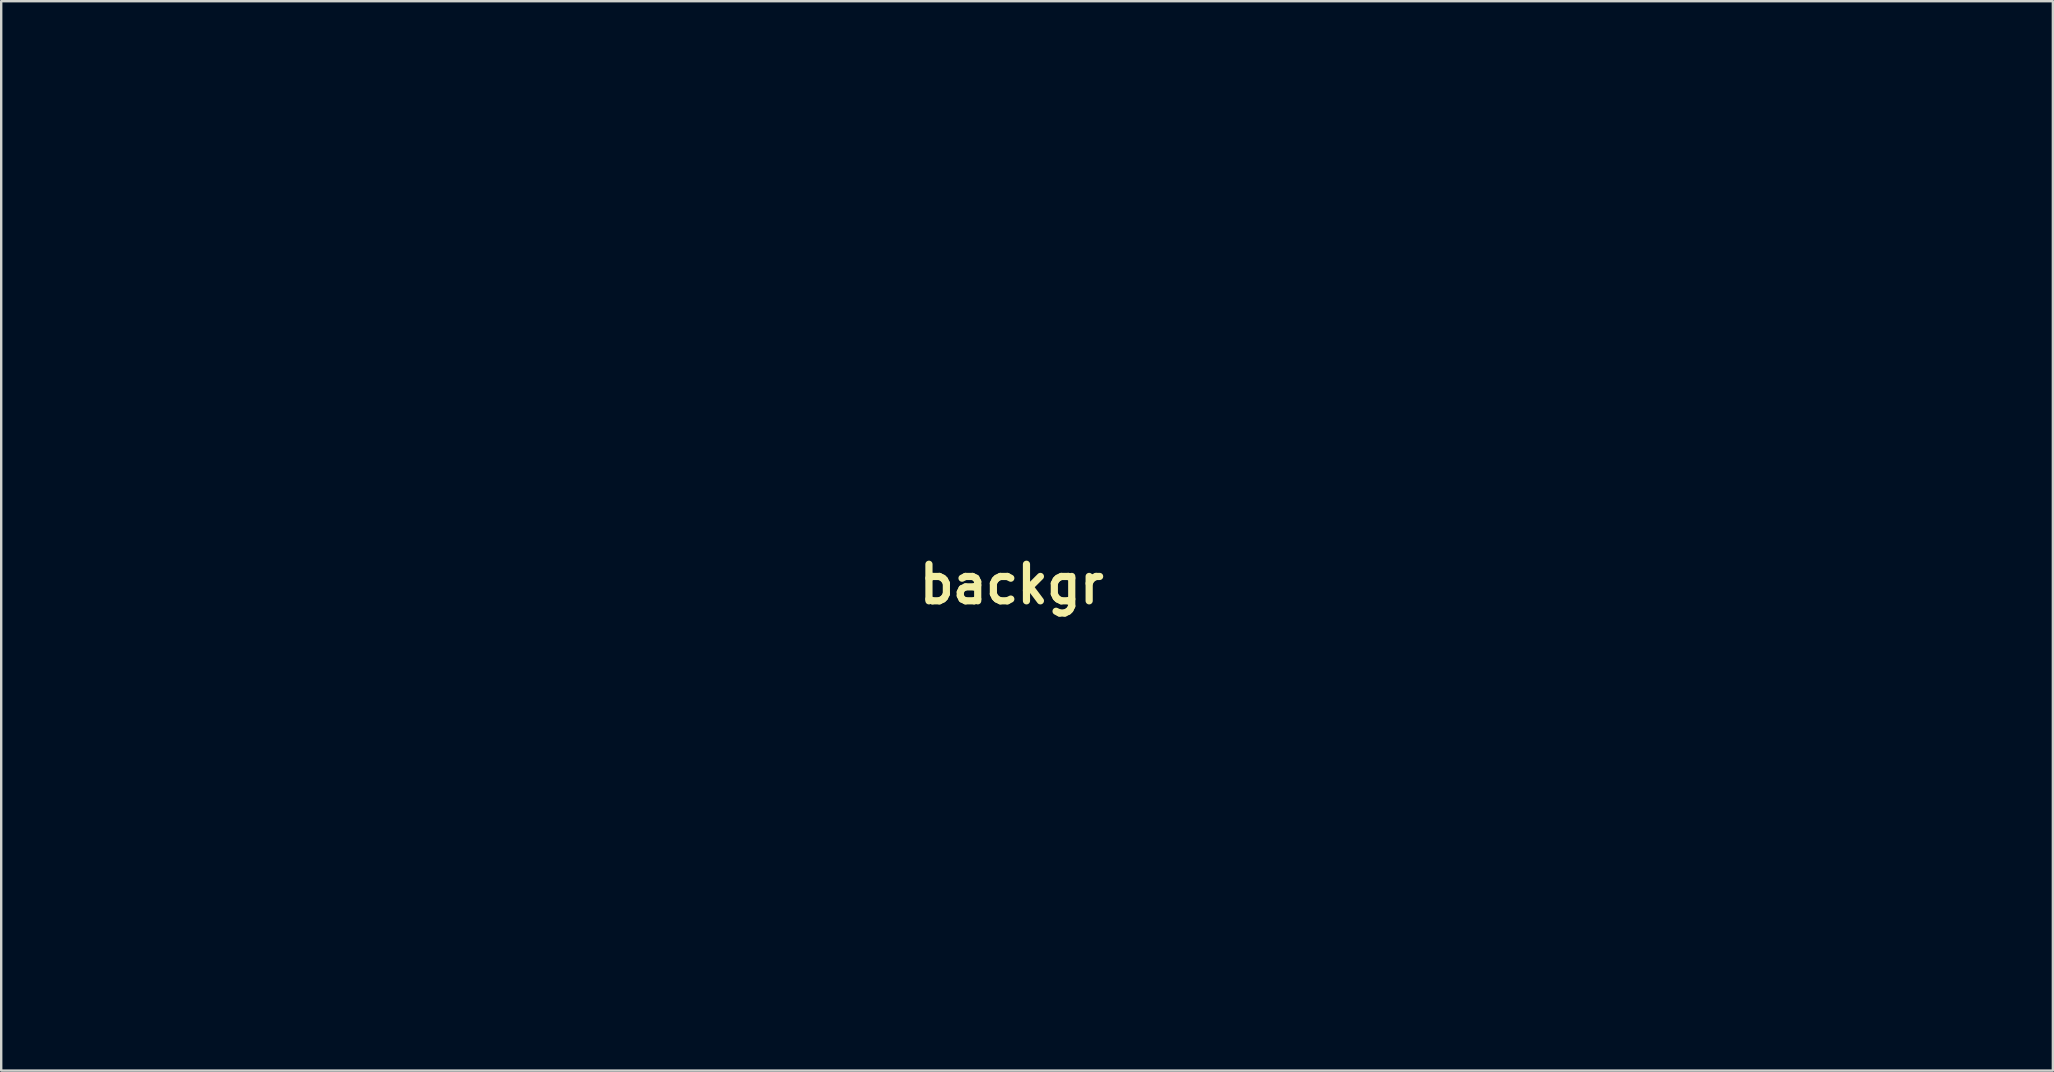
<source format=kicad_pcb>
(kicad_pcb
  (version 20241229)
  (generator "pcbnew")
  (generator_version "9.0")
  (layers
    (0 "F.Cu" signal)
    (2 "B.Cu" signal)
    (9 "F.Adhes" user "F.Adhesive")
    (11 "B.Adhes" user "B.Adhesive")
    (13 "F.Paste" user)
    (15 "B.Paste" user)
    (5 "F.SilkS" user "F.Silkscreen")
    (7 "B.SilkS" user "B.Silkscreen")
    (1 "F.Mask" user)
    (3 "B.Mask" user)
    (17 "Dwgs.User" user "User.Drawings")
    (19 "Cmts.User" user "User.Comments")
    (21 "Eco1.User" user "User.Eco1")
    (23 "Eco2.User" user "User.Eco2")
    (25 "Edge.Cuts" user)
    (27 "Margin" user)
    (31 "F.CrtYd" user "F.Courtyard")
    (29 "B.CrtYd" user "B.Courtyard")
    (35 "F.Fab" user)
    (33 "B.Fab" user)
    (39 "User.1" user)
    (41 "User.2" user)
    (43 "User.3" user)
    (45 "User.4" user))
  (footprint "backgr"
    (layer "F.Cu")
    (at 39.11 21.299)
    (property "Reference" "backgr" (at 0 0 0) (layer "F.SilkS") (effects (font (size 1.524 1.524) (thickness 0.3))))
    (attr through_hole)
    (fp_poly (pts (xy 8.128 -12.742) (xy 8.086 -12.7) (xy 8.043 -12.742) (xy 8.086 -12.785) (xy 8.128 -12.742)) (stroke (width 0.01) (type solid)) (fill yes) (layer "F.Mask"))
    (fp_poly (pts (xy 8.128 11.049) (xy 8.086 11.091) (xy 8.043 11.049) (xy 8.086 11.007) (xy 8.128 11.049)) (stroke (width 0.01) (type solid)) (fill yes) (layer "F.Mask"))
    (fp_poly (pts (xy 9.906 -13.25) (xy 9.864 -13.208) (xy 9.821 -13.25) (xy 9.864 -13.293) (xy 9.906 -13.25)) (stroke (width 0.01) (type solid)) (fill yes) (layer "F.Mask"))
    (fp_poly (pts (xy 9.906 10.541) (xy 9.864 10.583) (xy 9.821 10.541) (xy 9.864 10.499) (xy 9.906 10.541)) (stroke (width 0.01) (type solid)) (fill yes) (layer "F.Mask"))
    (fp_poly (pts (xy 31.242 -12.658) (xy 31.2 -12.615) (xy 31.157 -12.658) (xy 31.2 -12.7) (xy 31.242 -12.658)) (stroke (width 0.01) (type solid)) (fill yes) (layer "F.Mask"))
    (fp_poly (pts (xy 31.242 11.134) (xy 31.2 11.176) (xy 31.157 11.134) (xy 31.2 11.091) (xy 31.242 11.134)) (stroke (width 0.01) (type solid)) (fill yes) (layer "F.Mask"))
    (fp_poly (pts (xy 33.02 -13.166) (xy 32.978 -13.123) (xy 32.935 -13.166) (xy 32.978 -13.208) (xy 33.02 -13.166)) (stroke (width 0.01) (type solid)) (fill yes) (layer "F.Mask"))
    (fp_poly (pts (xy 33.02 10.626) (xy 32.978 10.668) (xy 32.935 10.626) (xy 32.978 10.583) (xy 33.02 10.626)) (stroke (width 0.01) (type solid)) (fill yes) (layer "F.Mask"))
    (fp_poly (pts (xy 9.116 -13.063) (xy 9.144 -12.954) (xy 9.083 -12.814) (xy 8.949 -12.788) (xy 8.862 -12.841) (xy 8.804 -12.985) (xy 8.877 -13.099) (xy 8.975 -13.123) (xy 9.116 -13.063)) (stroke (width 0.01) (type solid)) (fill yes) (layer "F.Mask"))
    (fp_poly (pts (xy 9.116 10.728) (xy 9.144 10.837) (xy 9.083 10.977) (xy 8.949 11.003) (xy 8.862 10.95) (xy 8.804 10.807) (xy 8.877 10.692) (xy 8.975 10.668) (xy 9.116 10.728)) (stroke (width 0.01) (type solid)) (fill yes) (layer "F.Mask"))
    (fp_poly (pts (xy 32.23 -12.979) (xy 32.258 -12.869) (xy 32.197 -12.729) (xy 32.063 -12.704) (xy 31.976 -12.756) (xy 31.918 -12.9) (xy 31.991 -13.014) (xy 32.089 -13.039) (xy 32.23 -12.979)) (stroke (width 0.01) (type solid)) (fill yes) (layer "F.Mask"))
    (fp_poly (pts (xy 32.23 10.813) (xy 32.258 10.922) (xy 32.197 11.062) (xy 32.063 11.088) (xy 31.976 11.035) (xy 31.918 10.891) (xy 31.991 10.777) (xy 32.089 10.753) (xy 32.23 10.813)) (stroke (width 0.01) (type solid)) (fill yes) (layer "F.Mask"))
    (fp_poly (pts (xy -24.668 8.722) (xy -24.264 8.816) (xy -24.005 8.997) (xy -23.885 9.266) (xy -23.876 9.389) (xy -23.93 9.695) (xy -24.101 9.889) (xy -24.399 9.98) (xy -24.589 9.991) (xy -25.038 9.991) (xy -25.091 9.546) (xy -25.137 9.153) (xy -25.15 8.9) (xy -25.118 8.759) (xy -25.024 8.703) (xy -24.855 8.702) (xy -24.668 8.722)) (stroke (width 0.01) (type solid)) (fill yes) (layer "F.Mask"))
    (fp_poly (pts (xy -24.389 11.52) (xy -24.056 11.567) (xy -23.764 11.639) (xy -23.586 11.715) (xy -23.378 11.936) (xy -23.306 12.21) (xy -23.363 12.491) (xy -23.546 12.737) (xy -23.709 12.846) (xy -23.901 12.9) (xy -24.195 12.939) (xy -24.5 12.953) (xy -25.082 12.954) (xy -25.03 12.689) (xy -24.999 12.451) (xy -24.98 12.134) (xy -24.977 11.945) (xy -24.977 11.466) (xy -24.389 11.52)) (stroke (width 0.01) (type solid)) (fill yes) (layer "F.Mask"))
    (fp_poly (pts (xy -24.52 -14.224) (xy -24.488 -14.107) (xy -24.431 -13.87) (xy -24.356 -13.552) (xy -24.273 -13.193) (xy -24.192 -12.833) (xy -24.121 -12.511) (xy -24.069 -12.269) (xy -24.046 -12.144) (xy -24.045 -12.138) (xy -24.087 -12.118) (xy -24.228 -12.123) (xy -24.491 -12.154) (xy -24.871 -12.21) (xy -25.144 -12.261) (xy -25.335 -12.314) (xy -25.4 -12.354) (xy -25.369 -12.466) (xy -25.288 -12.693) (xy -25.173 -12.992) (xy -25.04 -13.324) (xy -24.906 -13.646) (xy -24.787 -13.918) (xy -24.702 -14.097) (xy -24.601 -14.253) (xy -24.538 -14.259) (xy -24.52 -14.224)) (stroke (width 0.01) (type solid)) (fill yes) (layer "F.Mask"))
    (fp_poly (pts (xy 31.986 3.354) (xy 32.004 4.125) (xy 32.449 4.18) (xy 32.739 4.22) (xy 32.983 4.262) (xy 33.068 4.282) (xy 33.179 4.289) (xy 33.252 4.211) (xy 33.316 4.012) (xy 33.338 3.922) (xy 33.433 3.514) (xy 33.39 3.916) (xy 33.379 4.189) (xy 33.419 4.324) (xy 33.459 4.349) (xy 33.598 4.391) (xy 33.835 4.467) (xy 34.019 4.528) (xy 34.269 4.604) (xy 34.444 4.645) (xy 34.496 4.645) (xy 34.539 4.558) (xy 34.629 4.352) (xy 34.749 4.064) (xy 34.801 3.937) (xy 34.946 3.586) (xy 35.041 3.365) (xy 35.1 3.249) (xy 35.139 3.21) (xy 35.17 3.223) (xy 35.178 3.23) (xy 35.165 3.321) (xy 35.097 3.529) (xy 34.986 3.819) (xy 34.921 3.976) (xy 34.794 4.29) (xy 34.702 4.54) (xy 34.658 4.689) (xy 34.658 4.714) (xy 34.742 4.772) (xy 34.931 4.89) (xy 35.17 5.036) (xy 35.649 5.324) (xy 35.871 4.989) (xy 36.008 4.802) (xy 36.108 4.701) (xy 36.135 4.696) (xy 36.118 4.785) (xy 36.027 4.961) (xy 35.967 5.057) (xy 35.757 5.376) (xy 36.195 5.774) (xy 36.633 6.171) (xy 37.216 5.583) (xy 37.473 5.332) (xy 37.691 5.134) (xy 37.84 5.017) (xy 37.884 4.995) (xy 37.864 5.05) (xy 37.743 5.2) (xy 37.543 5.419) (xy 37.34 5.629) (xy 36.711 6.262) (xy 36.929 6.497) (xy 37.123 6.727) (xy 37.292 6.959) (xy 37.296 6.966) (xy 37.367 7.081) (xy 37.426 7.141) (xy 37.508 7.14) (xy 37.646 7.07) (xy 37.876 6.924) (xy 38.058 6.806) (xy 38.205 6.732) (xy 38.269 6.74) (xy 38.269 6.742) (xy 38.203 6.826) (xy 38.035 6.958) (xy 37.904 7.046) (xy 37.539 7.277) (xy 37.791 7.816) (xy 38.043 8.355) (xy 38.721 8.069) (xy 39.043 7.941) (xy 39.314 7.85) (xy 39.491 7.807) (xy 39.524 7.807) (xy 39.507 7.846) (xy 39.359 7.931) (xy 39.109 8.047) (xy 38.937 8.118) (xy 38.616 8.25) (xy 38.357 8.363) (xy 38.199 8.439) (xy 38.171 8.456) (xy 38.161 8.559) (xy 38.191 8.777) (xy 38.248 9.046) (xy 38.381 9.582) (xy 38.759 9.526) (xy 39.016 9.481) (xy 39.212 9.438) (xy 39.254 9.424) (xy 39.356 9.428) (xy 39.37 9.462) (xy 39.294 9.52) (xy 39.099 9.583) (xy 38.925 9.619) (xy 38.481 9.694) (xy 38.456 10.308) (xy 38.431 10.922) (xy 39.409 10.922) (xy 39.843 10.929) (xy 40.163 10.949) (xy 40.348 10.98) (xy 40.386 11.007) (xy 40.305 11.044) (xy 40.075 11.072) (xy 39.717 11.088) (xy 39.412 11.091) (xy 38.993 11.093) (xy 38.714 11.103) (xy 38.548 11.124) (xy 38.466 11.162) (xy 38.44 11.221) (xy 38.439 11.249) (xy 38.427 11.428) (xy 38.399 11.689) (xy 38.386 11.793) (xy 38.333 12.179) (xy 38.851 12.281) (xy 39.121 12.344) (xy 39.308 12.405) (xy 39.37 12.447) (xy 39.295 12.463) (xy 39.098 12.445) (xy 38.842 12.399) (xy 38.569 12.345) (xy 38.376 12.311) (xy 38.306 12.304) (xy 38.277 12.385) (xy 38.206 12.581) (xy 38.118 12.824) (xy 38.036 13.049) (xy 37.995 13.208) (xy 38.016 13.325) (xy 38.117 13.424) (xy 38.32 13.528) (xy 38.645 13.661) (xy 38.925 13.772) (xy 39.256 13.91) (xy 39.517 14.032) (xy 39.676 14.121) (xy 39.709 14.154) (xy 39.709 14.192) (xy 39.691 14.21) (xy 39.629 14.2) (xy 39.498 14.152) (xy 39.271 14.059) (xy 38.923 13.912) (xy 38.781 13.852) (xy 37.9 13.481) (xy 37.619 13.947) (xy 37.475 14.19) (xy 37.373 14.365) (xy 37.338 14.434) (xy 37.403 14.487) (xy 37.572 14.607) (xy 37.811 14.768) (xy 37.812 14.768) (xy 38.042 14.933) (xy 38.195 15.063) (xy 38.237 15.131) (xy 38.236 15.132) (xy 38.147 15.113) (xy 37.959 15.018) (xy 37.713 14.866) (xy 37.708 14.863) (xy 37.45 14.698) (xy 37.294 14.621) (xy 37.205 14.621) (xy 37.149 14.686) (xy 37.046 14.834) (xy 36.881 15.041) (xy 36.809 15.124) (xy 36.549 15.421) (xy 37.256 16.132) (xy 37.528 16.412) (xy 37.744 16.647) (xy 37.882 16.813) (xy 37.922 16.886) (xy 37.922 16.886) (xy 37.849 16.846) (xy 37.684 16.707) (xy 37.45 16.49) (xy 37.176 16.221) (xy 36.472 15.514) (xy 36.019 15.852) (xy 35.567 16.191) (xy 35.91 16.696) (xy 36.071 16.947) (xy 36.179 17.141) (xy 36.212 17.239) (xy 36.21 17.243) (xy 36.146 17.199) (xy 36.016 17.045) (xy 35.846 16.811) (xy 35.816 16.767) (xy 35.464 16.249) (xy 35.195 16.415) (xy 34.471 16.774) (xy 33.645 17.039) (xy 32.756 17.204) (xy 31.847 17.261) (xy 30.959 17.204) (xy 30.636 17.151) (xy 30.304 17.071) (xy 29.919 16.955) (xy 29.522 16.818) (xy 29.155 16.675) (xy 28.861 16.543) (xy 28.681 16.436) (xy 28.664 16.422) (xy 28.573 16.357) (xy 28.48 16.375) (xy 28.36 16.495) (xy 28.186 16.738) (xy 28.134 16.816) (xy 27.974 17.039) (xy 27.851 17.178) (xy 27.79 17.204) (xy 27.789 17.201) (xy 27.818 17.089) (xy 27.922 16.887) (xy 28.057 16.671) (xy 28.354 16.23) (xy 27.406 15.566) (xy 26.761 16.207) (xy 26.49 16.47) (xy 26.259 16.68) (xy 26.097 16.814) (xy 26.035 16.849) (xy 26.059 16.793) (xy 26.184 16.642) (xy 26.39 16.418) (xy 26.656 16.143) (xy 26.67 16.129) (xy 27.386 15.409) (xy 20.551 15.409) (xy 19.274 15.41) (xy 18.158 15.411) (xy 17.192 15.414) (xy 16.367 15.418) (xy 15.674 15.423) (xy 15.103 15.43) (xy 14.644 15.439) (xy 14.29 15.45) (xy 14.029 15.463) (xy 13.853 15.478) (xy 13.752 15.495) (xy 13.716 15.515) (xy 13.716 15.517) (xy 13.773 15.619) (xy 13.927 15.807) (xy 14.152 16.053) (xy 14.349 16.254) (xy 14.604 16.515) (xy 14.802 16.731) (xy 14.919 16.877) (xy 14.939 16.924) (xy 14.866 16.886) (xy 14.7 16.748) (xy 14.467 16.535) (xy 14.233 16.307) (xy 13.569 15.647) (xy 13.156 15.961) (xy 12.934 16.13) (xy 12.772 16.255) (xy 12.713 16.302) (xy 12.741 16.38) (xy 12.842 16.553) (xy 12.952 16.719) (xy 13.094 16.949) (xy 13.178 17.131) (xy 13.189 17.203) (xy 13.132 17.189) (xy 13.015 17.058) (xy 12.877 16.861) (xy 12.728 16.633) (xy 12.62 16.475) (xy 12.579 16.425) (xy 12.499 16.457) (xy 12.299 16.54) (xy 12.017 16.661) (xy 11.879 16.72) (xy 11.469 16.881) (xy 11.022 17.029) (xy 10.626 17.136) (xy 10.589 17.144) (xy 10.085 17.217) (xy 9.489 17.254) (xy 8.862 17.255) (xy 8.269 17.22) (xy 7.774 17.148) (xy 7.747 17.142) (xy 7.389 17.044) (xy 6.972 16.904) (xy 6.548 16.741) (xy 6.168 16.575) (xy 5.884 16.427) (xy 5.823 16.388) (xy 5.661 16.29) (xy 5.57 16.256) (xy 5.494 16.321) (xy 5.357 16.492) (xy 5.196 16.722) (xy 5.028 16.959) (xy 4.888 17.127) (xy 4.811 17.187) (xy 4.817 17.124) (xy 4.904 16.957) (xy 5.053 16.719) (xy 5.082 16.677) (xy 5.429 16.166) (xy 5.022 15.793) (xy 4.614 15.421) (xy 3.831 16.197) (xy 3.542 16.478) (xy 3.3 16.701) (xy 3.129 16.846) (xy 3.051 16.895) (xy 3.048 16.891) (xy 3.105 16.802) (xy 3.258 16.622) (xy 3.485 16.376) (xy 3.745 16.11) (xy 4.441 15.409) (xy -15.301 15.409) (xy -17.659 15.409) (xy -19.852 15.408) (xy -21.882 15.407) (xy -23.755 15.405) (xy -25.473 15.403) (xy -27.042 15.399) (xy -28.463 15.396) (xy -29.742 15.391) (xy -30.882 15.386) (xy -31.886 15.381) (xy -32.759 15.374) (xy -33.504 15.367) (xy -34.126 15.359) (xy -34.627 15.351) (xy -35.012 15.341) (xy -35.284 15.331) (xy -35.448 15.32) (xy -35.492 15.314) (xy -36.293 15.062) (xy -37.021 14.671) (xy -37.662 14.159) (xy -38.203 13.545) (xy -38.63 12.848) (xy -38.927 12.085) (xy -39.081 11.277) (xy -39.09 10.583) (xy -38.969 9.761) (xy -38.716 9.02) (xy -38.319 8.334) (xy -37.812 7.723) (xy -37.81 7.721) (xy -28.042 7.721) (xy -27.787 7.988) (xy -27.579 8.244) (xy -27.386 8.54) (xy -27.353 8.602) (xy -27.195 9.021) (xy -27.071 9.577) (xy -26.985 10.242) (xy -26.938 10.987) (xy -26.931 11.784) (xy -26.967 12.603) (xy -27.042 13.377) (xy -27.087 13.743) (xy -27.121 14.039) (xy -27.14 14.23) (xy -27.142 14.283) (xy -27.057 14.295) (xy -26.832 14.314) (xy -26.5 14.336) (xy -26.091 14.361) (xy -25.635 14.386) (xy -25.163 14.411) (xy -24.705 14.433) (xy -24.293 14.451) (xy -23.957 14.462) (xy -23.828 14.465) (xy -23.344 14.45) (xy -22.902 14.394) (xy -22.698 14.345) (xy -22.206 14.116) (xy -21.803 13.761) (xy -21.513 13.311) (xy -21.357 12.796) (xy -21.336 12.521) (xy -21.413 11.962) (xy -21.639 11.482) (xy -22.009 11.089) (xy -22.393 10.847) (xy -22.412 10.837) (xy 0.762 10.837) (xy 0.846 10.861) (xy 1.095 10.881) (xy 1.506 10.898) (xy 2.075 10.912) (xy 2.798 10.922) (xy 3.67 10.929) (xy 4.297 10.931) (xy 7.832 10.941) (xy 4.808 11.549) (xy 3.915 11.73) (xy 3.182 11.882) (xy 2.602 12.007) (xy 2.168 12.106) (xy 1.874 12.181) (xy 1.713 12.233) (xy 1.678 12.264) (xy 1.763 12.276) (xy 1.788 12.277) (xy 1.898 12.261) (xy 2.153 12.215) (xy 2.535 12.143) (xy 3.025 12.048) (xy 3.601 11.936) (xy 4.245 11.808) (xy 4.87 11.684) (xy 5.556 11.547) (xy 6.189 11.423) (xy 6.751 11.315) (xy 7.222 11.226) (xy 7.582 11.161) (xy 7.814 11.122) (xy 7.897 11.113) (xy 7.837 11.149) (xy 7.637 11.243) (xy 7.314 11.386) (xy 6.883 11.572) (xy 6.362 11.793) (xy 5.768 12.043) (xy 5.116 12.315) (xy 5.02 12.355) (xy 4.16 12.711) (xy 3.445 13.007) (xy 2.861 13.25) (xy 2.395 13.445) (xy 2.035 13.598) (xy 1.768 13.713) (xy 1.581 13.797) (xy 1.462 13.855) (xy 1.398 13.893) (xy 1.376 13.917) (xy 1.383 13.931) (xy 1.403 13.94) (xy 1.491 13.914) (xy 1.717 13.831) (xy 2.059 13.7) (xy 2.498 13.528) (xy 3.015 13.323) (xy 3.59 13.093) (xy 4.202 12.847) (xy 4.832 12.592) (xy 5.461 12.336) (xy 6.068 12.088) (xy 6.634 11.855) (xy 7.139 11.645) (xy 7.563 11.466) (xy 7.887 11.327) (xy 8.091 11.236) (xy 8.147 11.207) (xy 8.211 11.194) (xy 8.213 11.2) (xy 8.145 11.253) (xy 7.951 11.389) (xy 7.646 11.598) (xy 7.246 11.87) (xy 6.766 12.194) (xy 6.221 12.559) (xy 5.627 12.956) (xy 5.503 13.039) (xy 4.9 13.442) (xy 4.344 13.818) (xy 3.849 14.156) (xy 3.432 14.445) (xy 3.107 14.675) (xy 2.89 14.835) (xy 2.797 14.914) (xy 2.794 14.92) (xy 2.791 14.944) (xy 2.792 14.962) (xy 2.809 14.965) (xy 2.855 14.946) (xy 2.942 14.897) (xy 3.084 14.809) (xy 3.292 14.675) (xy 3.58 14.487) (xy 3.959 14.236) (xy 4.444 13.914) (xy 5.046 13.514) (xy 5.673 13.098) (xy 6.353 12.646) (xy 6.903 12.283) (xy 7.332 12.001) (xy 7.652 11.795) (xy 7.873 11.66) (xy 8.005 11.588) (xy 8.058 11.575) (xy 8.043 11.614) (xy 7.971 11.7) (xy 7.851 11.826) (xy 7.792 11.886) (xy 7.517 12.178) (xy 7.367 12.36) (xy 7.335 12.431) (xy 7.416 12.391) (xy 7.604 12.238) (xy 7.893 11.97) (xy 7.948 11.917) (xy 8.174 11.705) (xy 8.313 11.593) (xy 8.353 11.589) (xy 8.324 11.642) (xy 8.161 11.898) (xy 8.102 12.02) (xy 8.146 12.008) (xy 8.293 11.864) (xy 8.355 11.797) (xy 8.668 11.521) (xy 8.954 11.413) (xy 9.222 11.471) (xy 9.481 11.697) (xy 9.625 11.899) (xy 9.782 12.121) (xy 9.922 12.278) (xy 9.98 12.319) (xy 10.042 12.319) (xy 10.001 12.218) (xy 9.959 12.151) (xy 9.807 11.915) (xy 9.673 11.707) (xy 9.66 11.657) (xy 9.747 11.715) (xy 9.917 11.869) (xy 10.034 11.983) (xy 10.312 12.249) (xy 10.587 12.493) (xy 10.806 12.67) (xy 10.838 12.693) (xy 10.895 12.714) (xy 10.843 12.63) (xy 10.694 12.456) (xy 10.458 12.204) (xy 10.372 12.116) (xy 9.61 11.336) (xy 12.347 13.168) (xy 12.954 13.572) (xy 13.516 13.943) (xy 14.019 14.27) (xy 14.447 14.545) (xy 14.784 14.756) (xy 15.016 14.895) (xy 15.127 14.951) (xy 15.134 14.951) (xy 15.153 14.938) (xy 15.168 14.928) (xy 15.166 14.911) (xy 15.135 14.877) (xy 15.061 14.819) (xy 14.932 14.727) (xy 14.736 14.592) (xy 14.458 14.406) (xy 14.087 14.158) (xy 13.609 13.84) (xy 13.012 13.444) (xy 12.531 13.125) (xy 11.938 12.73) (xy 11.389 12.364) (xy 10.9 12.035) (xy 10.486 11.757) (xy 10.165 11.538) (xy 9.952 11.392) (xy 9.864 11.327) (xy 9.864 11.327) (xy 9.879 11.306) (xy 10.015 11.346) (xy 10.118 11.386) (xy 10.369 11.491) (xy 10.733 11.643) (xy 11.189 11.832) (xy 11.717 12.052) (xy 12.296 12.292) (xy 12.907 12.546) (xy 13.528 12.804) (xy 14.14 13.058) (xy 14.722 13.299) (xy 15.255 13.52) (xy 15.717 13.712) (xy 16.089 13.866) (xy 16.349 13.974) (xy 16.479 14.027) (xy 16.489 14.031) (xy 16.584 14.023) (xy 16.595 13.992) (xy 16.519 13.943) (xy 16.303 13.838) (xy 15.962 13.682) (xy 15.512 13.484) (xy 14.97 13.25) (xy 14.351 12.987) (xy 13.673 12.702) (xy 13.252 12.527) (xy 12.547 12.235) (xy 11.893 11.962) (xy 11.306 11.717) (xy 10.803 11.505) (xy 10.4 11.334) (xy 10.111 11.21) (xy 9.954 11.139) (xy 9.929 11.125) (xy 10.012 11.138) (xy 10.238 11.18) (xy 10.587 11.246) (xy 11.035 11.332) (xy 11.56 11.434) (xy 12.141 11.548) (xy 12.755 11.668) (xy 13.38 11.792) (xy 13.995 11.914) (xy 14.576 12.03) (xy 15.101 12.136) (xy 15.55 12.227) (xy 15.898 12.299) (xy 16.023 12.325) (xy 16.19 12.336) (xy 16.256 12.294) (xy 16.176 12.261) (xy 15.948 12.199) (xy 15.589 12.113) (xy 15.119 12.007) (xy 14.554 11.886) (xy 13.914 11.753) (xy 13.215 11.612) (xy 13.102 11.589) (xy 9.948 10.964) (xy 13.568 10.942) (xy 14.523 10.934) (xy 15.341 10.924) (xy 15.43 10.922) (xy 23.876 10.922) (xy 23.96 10.945) (xy 24.209 10.966) (xy 24.62 10.983) (xy 25.189 10.996) (xy 25.912 11.007) (xy 26.784 11.014) (xy 27.411 11.016) (xy 30.946 11.025) (xy 27.922 11.633) (xy 27.029 11.815) (xy 26.296 11.967) (xy 25.716 12.091) (xy 25.282 12.19) (xy 24.988 12.265) (xy 24.827 12.318) (xy 24.792 12.349) (xy 24.877 12.361) (xy 24.902 12.361) (xy 25.012 12.345) (xy 25.267 12.299) (xy 25.649 12.227) (xy 26.139 12.133) (xy 26.715 12.02) (xy 27.359 11.893) (xy 27.984 11.768) (xy 28.67 11.632) (xy 29.303 11.508) (xy 29.865 11.399) (xy 30.336 11.311) (xy 30.696 11.245) (xy 30.928 11.207) (xy 31.011 11.198) (xy 30.951 11.234) (xy 30.751 11.327) (xy 30.428 11.47) (xy 29.997 11.656) (xy 29.476 11.878) (xy 28.882 12.128) (xy 28.23 12.4) (xy 28.134 12.44) (xy 27.274 12.795) (xy 26.559 13.092) (xy 25.975 13.335) (xy 25.509 13.53) (xy 25.149 13.682) (xy 24.882 13.798) (xy 24.695 13.882) (xy 24.576 13.94) (xy 24.512 13.978) (xy 24.49 14.001) (xy 24.497 14.016) (xy 24.517 14.024) (xy 24.605 13.999) (xy 24.831 13.916) (xy 25.173 13.784) (xy 25.612 13.612) (xy 26.129 13.407) (xy 26.704 13.178) (xy 27.316 12.931) (xy 27.946 12.676) (xy 28.575 12.421) (xy 29.182 12.172) (xy 29.748 11.939) (xy 30.253 11.729) (xy 30.677 11.551) (xy 31.001 11.412) (xy 31.205 11.32) (xy 31.261 11.292) (xy 31.325 11.279) (xy 31.327 11.285) (xy 31.259 11.338) (xy 31.065 11.474) (xy 30.76 11.683) (xy 30.36 11.954) (xy 29.88 12.278) (xy 29.335 12.644) (xy 28.741 13.041) (xy 28.617 13.123) (xy 28.014 13.527) (xy 27.458 13.903) (xy 26.963 14.241) (xy 26.546 14.53) (xy 26.221 14.76) (xy 26.004 14.92) (xy 25.911 14.999) (xy 25.908 15.004) (xy 25.905 15.028) (xy 25.906 15.046) (xy 25.923 15.05) (xy 25.969 15.031) (xy 26.056 14.982) (xy 26.198 14.894) (xy 26.406 14.76) (xy 26.694 14.571) (xy 27.073 14.32) (xy 27.558 13.999) (xy 28.16 13.599) (xy 28.787 13.183) (xy 29.467 12.731) (xy 30.017 12.367) (xy 30.446 12.086) (xy 30.766 11.88) (xy 30.987 11.745) (xy 31.119 11.673) (xy 31.172 11.66) (xy 31.157 11.699) (xy 31.085 11.784) (xy 30.965 11.91) (xy 30.906 11.971) (xy 30.631 12.263) (xy 30.481 12.445) (xy 30.449 12.516) (xy 30.53 12.476) (xy 30.718 12.322) (xy 31.007 12.055) (xy 31.062 12.002) (xy 31.288 11.79) (xy 31.427 11.678) (xy 31.467 11.674) (xy 31.438 11.726) (xy 31.275 11.982) (xy 31.216 12.105) (xy 31.26 12.093) (xy 31.407 11.948) (xy 31.469 11.882) (xy 31.782 11.606) (xy 32.068 11.497) (xy 32.336 11.555) (xy 32.595 11.781) (xy 32.739 11.983) (xy 32.896 12.206) (xy 33.036 12.363) (xy 33.094 12.404) (xy 33.156 12.404) (xy 33.115 12.303) (xy 33.073 12.236) (xy 32.875 11.922) (xy 32.773 11.744) (xy 32.769 11.7) (xy 32.86 11.788) (xy 32.927 11.865) (xy 33.106 12.055) (xy 33.314 12.25) (xy 33.518 12.422) (xy 33.682 12.542) (xy 33.774 12.582) (xy 33.782 12.57) (xy 33.727 12.489) (xy 33.581 12.316) (xy 33.37 12.083) (xy 33.253 11.958) (xy 32.724 11.4) (xy 33.126 11.683) (xy 33.349 11.827) (xy 33.515 11.91) (xy 33.578 11.916) (xy 33.544 11.846) (xy 33.401 11.721) (xy 33.282 11.637) (xy 33.043 11.471) (xy 32.952 11.387) (xy 33.008 11.383) (xy 33.21 11.458) (xy 33.232 11.467) (xy 33.442 11.531) (xy 33.522 11.51) (xy 33.466 11.43) (xy 33.272 11.318) (xy 33.253 11.309) (xy 32.978 11.188) (xy 33.274 11.235) (xy 33.452 11.24) (xy 33.489 11.192) (xy 33.392 11.12) (xy 33.232 11.067) (xy 33.123 11.036) (xy 33.174 11.021) (xy 33.253 11.016) (xy 33.416 10.982) (xy 33.437 10.92) (xy 33.335 10.86) (xy 33.129 10.829) (xy 33.126 10.829) (xy 32.808 10.82) (xy 33.088 10.754) (xy 33.323 10.684) (xy 33.419 10.625) (xy 33.366 10.586) (xy 33.267 10.578) (xy 33.062 10.572) (xy 33.253 10.48) (xy 33.417 10.376) (xy 33.432 10.312) (xy 33.317 10.311) (xy 33.147 10.366) (xy 32.931 10.448) (xy 32.864 10.453) (xy 32.945 10.382) (xy 33.158 10.25) (xy 33.335 10.129) (xy 33.418 10.039) (xy 33.416 10.02) (xy 33.321 10.03) (xy 33.139 10.111) (xy 33.046 10.164) (xy 32.724 10.356) (xy 33.084 9.98) (xy 33.315 9.722) (xy 33.424 9.571) (xy 33.415 9.532) (xy 33.292 9.613) (xy 33.059 9.818) (xy 33.008 9.867) (xy 32.574 10.287) (xy 32.911 9.779) (xy 33.169 9.382) (xy 33.33 9.109) (xy 33.402 8.949) (xy 33.39 8.892) (xy 33.383 8.891) (xy 33.31 8.958) (xy 33.172 9.136) (xy 32.992 9.392) (xy 32.904 9.526) (xy 32.7 9.832) (xy 32.547 10.047) (xy 32.455 10.158) (xy 32.434 10.155) (xy 32.494 10.024) (xy 32.505 10.003) (xy 32.621 9.763) (xy 32.729 9.496) (xy 32.815 9.246) (xy 32.865 9.057) (xy 32.862 8.975) (xy 32.858 8.975) (xy 32.791 9.047) (xy 32.684 9.236) (xy 32.562 9.501) (xy 32.56 9.504) (xy 32.445 9.771) (xy 32.384 9.892) (xy 32.365 9.879) (xy 32.38 9.743) (xy 32.387 9.694) (xy 32.43 9.438) (xy 32.472 9.235) (xy 32.48 9.207) (xy 32.481 9.085) (xy 32.444 9.059) (xy 32.387 9.135) (xy 32.315 9.333) (xy 32.25 9.588) (xy 32.135 10.118) (xy 32.084 9.567) (xy 32.057 9.3) (xy 32.037 9.193) (xy 32.021 9.236) (xy 32.011 9.356) (xy 31.989 9.694) (xy 31.905 9.398) (xy 31.825 9.177) (xy 31.74 9.027) (xy 31.731 9.017) (xy 31.672 8.989) (xy 31.688 9.07) (xy 31.727 9.233) (xy 31.771 9.488) (xy 31.789 9.62) (xy 31.841 10.033) (xy 31.624 9.527) (xy 31.494 9.243) (xy 31.38 9.032) (xy 31.296 8.912) (xy 31.257 8.903) (xy 31.276 9.024) (xy 31.286 9.059) (xy 31.355 9.253) (xy 31.466 9.53) (xy 31.554 9.737) (xy 31.652 9.968) (xy 31.691 10.086) (xy 31.663 10.085) (xy 31.563 9.958) (xy 31.383 9.699) (xy 31.166 9.377) (xy 30.967 9.091) (xy 30.796 8.868) (xy 30.677 8.739) (xy 30.645 8.721) (xy 30.654 8.786) (xy 30.745 8.962) (xy 30.9 9.223) (xy 31.082 9.504) (xy 31.604 10.287) (xy 30.632 9.335) (xy 30.299 9.013) (xy 30.008 8.737) (xy 29.78 8.528) (xy 29.636 8.406) (xy 29.598 8.382) (xy 29.585 8.436) (xy 29.689 8.592) (xy 29.899 8.837) (xy 30.204 9.16) (xy 30.596 9.549) (xy 30.647 9.598) (xy 30.931 9.875) (xy 31.156 10.101) (xy 31.301 10.256) (xy 31.348 10.318) (xy 31.344 10.317) (xy 31.258 10.265) (xy 31.047 10.128) (xy 30.728 9.918) (xy 30.316 9.644) (xy 29.828 9.319) (xy 29.28 8.951) (xy 28.687 8.553) (xy 28.63 8.514) (xy 28.036 8.116) (xy 27.486 7.753) (xy 26.995 7.433) (xy 26.581 7.167) (xy 26.257 6.965) (xy 26.04 6.837) (xy 25.946 6.793) (xy 25.944 6.794) (xy 26 6.851) (xy 26.183 6.991) (xy 26.477 7.204) (xy 26.868 7.479) (xy 27.34 7.807) (xy 27.881 8.176) (xy 28.473 8.577) (xy 28.63 8.682) (xy 29.23 9.085) (xy 29.778 9.455) (xy 30.259 9.783) (xy 30.661 10.059) (xy 30.969 10.272) (xy 31.168 10.415) (xy 31.245 10.475) (xy 31.242 10.476) (xy 31.139 10.436) (xy 30.9 10.339) (xy 30.546 10.195) (xy 30.099 10.011) (xy 29.577 9.797) (xy 29.004 9.561) (xy 28.398 9.312) (xy 27.781 9.057) (xy 27.174 8.806) (xy 26.597 8.568) (xy 26.071 8.35) (xy 25.617 8.161) (xy 25.256 8.01) (xy 25.009 7.906) (xy 24.958 7.884) (xy 24.724 7.8) (xy 24.56 7.769) (xy 24.516 7.782) (xy 24.582 7.828) (xy 24.79 7.931) (xy 25.122 8.083) (xy 25.564 8.279) (xy 26.1 8.511) (xy 26.713 8.772) (xy 27.389 9.056) (xy 27.814 9.232) (xy 28.519 9.525) (xy 29.173 9.797) (xy 29.758 10.043) (xy 30.26 10.255) (xy 30.662 10.428) (xy 30.949 10.553) (xy 31.105 10.625) (xy 31.129 10.64) (xy 31.043 10.63) (xy 30.809 10.59) (xy 30.446 10.523) (xy 29.972 10.433) (xy 29.406 10.323) (xy 28.766 10.197) (xy 28.069 10.059) (xy 27.995 10.044) (xy 27.293 9.905) (xy 26.645 9.781) (xy 26.069 9.673) (xy 25.583 9.587) (xy 25.206 9.524) (xy 24.955 9.488) (xy 24.851 9.483) (xy 24.849 9.484) (xy 24.907 9.528) (xy 25.097 9.59) (xy 25.381 9.661) (xy 25.507 9.688) (xy 25.774 9.742) (xy 26.177 9.824) (xy 26.688 9.927) (xy 27.279 10.046) (xy 27.92 10.176) (xy 28.582 10.31) (xy 28.66 10.325) (xy 31.115 10.821) (xy 27.495 10.829) (xy 26.516 10.833) (xy 25.686 10.841) (xy 25.007 10.852) (xy 24.483 10.867) (xy 24.119 10.884) (xy 23.918 10.905) (xy 23.876 10.922) (xy 15.43 10.922) (xy 16.017 10.91) (xy 16.545 10.894) (xy 16.919 10.876) (xy 17.134 10.855) (xy 17.187 10.836) (xy 17.104 10.814) (xy 16.855 10.795) (xy 16.448 10.778) (xy 15.886 10.765) (xy 15.174 10.754) (xy 14.318 10.747) (xy 13.441 10.743) (xy 9.694 10.734) (xy 12.926 10.087) (xy 13.855 9.9) (xy 14.623 9.741) (xy 15.237 9.61) (xy 15.703 9.505) (xy 16.028 9.425) (xy 16.217 9.367) (xy 16.277 9.331) (xy 16.215 9.315) (xy 16.161 9.313) (xy 16.052 9.329) (xy 15.796 9.375) (xy 15.414 9.447) (xy 14.925 9.542) (xy 14.348 9.654) (xy 13.704 9.782) (xy 13.079 9.906) (xy 12.393 10.043) (xy 11.76 10.167) (xy 11.198 10.275) (xy 10.728 10.364) (xy 10.367 10.429) (xy 10.135 10.468) (xy 10.052 10.477) (xy 10.112 10.441) (xy 10.311 10.348) (xy 10.634 10.205) (xy 11.063 10.02) (xy 11.581 9.8) (xy 12.172 9.553) (xy 12.819 9.284) (xy 12.845 9.274) (xy 13.72 8.913) (xy 14.45 8.61) (xy 15.048 8.361) (xy 15.527 8.161) (xy 15.897 8.002) (xy 16.173 7.882) (xy 16.365 7.793) (xy 16.486 7.731) (xy 16.549 7.689) (xy 16.565 7.664) (xy 16.547 7.649) (xy 16.547 7.649) (xy 16.445 7.674) (xy 16.189 7.765) (xy 15.779 7.922) (xy 15.216 8.146) (xy 14.502 8.434) (xy 13.636 8.788) (xy 12.621 9.206) (xy 11.456 9.689) (xy 10.143 10.236) (xy 9.991 10.299) (xy 9.888 10.341) (xy 9.819 10.366) (xy 9.794 10.365) (xy 9.824 10.331) (xy 9.919 10.257) (xy 10.091 10.134) (xy 10.35 9.956) (xy 10.706 9.715) (xy 11.171 9.403) (xy 11.754 9.012) (xy 12.467 8.536) (xy 12.508 8.508) (xy 13.101 8.11) (xy 13.645 7.741) (xy 14.126 7.412) (xy 14.529 7.133) (xy 14.837 6.915) (xy 15.036 6.768) (xy 15.111 6.703) (xy 15.111 6.701) (xy 15.034 6.737) (xy 14.833 6.857) (xy 14.523 7.051) (xy 14.121 7.308) (xy 13.644 7.618) (xy 13.107 7.971) (xy 12.594 8.311) (xy 12.006 8.702) (xy 11.453 9.07) (xy 10.954 9.401) (xy 10.526 9.684) (xy 10.188 9.906) (xy 9.958 10.057) (xy 9.864 10.117) (xy 9.824 10.121) (xy 9.89 10.021) (xy 10.05 9.836) (xy 10.289 9.58) (xy 10.37 9.497) (xy 10.647 9.208) (xy 10.866 8.968) (xy 11.008 8.799) (xy 11.053 8.723) (xy 11.049 8.721) (xy 10.961 8.777) (xy 10.779 8.931) (xy 10.53 9.158) (xy 10.239 9.438) (xy 10.215 9.461) (xy 9.462 10.202) (xy 9.903 9.539) (xy 10.088 9.247) (xy 10.223 9.008) (xy 10.289 8.857) (xy 10.29 8.822) (xy 10.204 8.827) (xy 10.177 8.858) (xy 9.843 9.367) (xy 9.597 9.736) (xy 9.434 9.969) (xy 9.352 10.07) (xy 9.343 10.075) (xy 9.348 10.013) (xy 9.391 9.918) (xy 9.504 9.684) (xy 9.612 9.419) (xy 9.7 9.168) (xy 9.752 8.978) (xy 9.753 8.891) (xy 9.749 8.89) (xy 9.68 8.961) (xy 9.569 9.146) (xy 9.455 9.377) (xy 9.339 9.624) (xy 9.278 9.726) (xy 9.263 9.694) (xy 9.279 9.567) (xy 9.323 9.322) (xy 9.366 9.13) (xy 9.368 9.123) (xy 9.367 9) (xy 9.33 8.975) (xy 9.273 9.051) (xy 9.201 9.249) (xy 9.136 9.504) (xy 9.021 10.033) (xy 8.97 9.483) (xy 8.943 9.215) (xy 8.923 9.108) (xy 8.907 9.152) (xy 8.897 9.271) (xy 8.875 9.61) (xy 8.791 9.313) (xy 8.711 9.092) (xy 8.626 8.942) (xy 8.617 8.932) (xy 8.558 8.905) (xy 8.574 8.985) (xy 8.613 9.148) (xy 8.657 9.403) (xy 8.675 9.535) (xy 8.727 9.948) (xy 8.51 9.443) (xy 8.38 9.159) (xy 8.266 8.947) (xy 8.182 8.827) (xy 8.143 8.818) (xy 8.162 8.939) (xy 8.172 8.975) (xy 8.242 9.172) (xy 8.353 9.447) (xy 8.431 9.631) (xy 8.532 9.869) (xy 8.593 10.031) (xy 8.602 10.075) (xy 8.547 10.01) (xy 8.42 9.833) (xy 8.241 9.574) (xy 8.093 9.356) (xy 7.884 9.055) (xy 7.703 8.816) (xy 7.574 8.669) (xy 7.528 8.636) (xy 7.539 8.701) (xy 7.63 8.878) (xy 7.786 9.138) (xy 7.968 9.419) (xy 8.49 10.202) (xy 7.518 9.25) (xy 7.185 8.928) (xy 6.894 8.652) (xy 6.666 8.443) (xy 6.522 8.321) (xy 6.484 8.297) (xy 6.471 8.352) (xy 6.575 8.507) (xy 6.785 8.752) (xy 7.09 9.075) (xy 7.482 9.465) (xy 7.533 9.514) (xy 7.817 9.791) (xy 8.042 10.017) (xy 8.187 10.171) (xy 8.234 10.233) (xy 8.23 10.233) (xy 8.144 10.18) (xy 7.933 10.043) (xy 7.614 9.833) (xy 7.202 9.56) (xy 6.714 9.234) (xy 6.166 8.866) (xy 5.573 8.468) (xy 5.516 8.43) (xy 4.922 8.032) (xy 4.372 7.668) (xy 3.881 7.348) (xy 3.467 7.082) (xy 3.143 6.88) (xy 2.926 6.752) (xy 2.832 6.708) (xy 2.83 6.709) (xy 2.886 6.766) (xy 3.069 6.906) (xy 3.363 7.119) (xy 3.754 7.395) (xy 4.226 7.722) (xy 4.767 8.091) (xy 5.359 8.492) (xy 5.516 8.597) (xy 6.116 9) (xy 6.664 9.371) (xy 7.145 9.698) (xy 7.547 9.974) (xy 7.855 10.188) (xy 8.054 10.33) (xy 8.131 10.391) (xy 8.128 10.392) (xy 8.025 10.351) (xy 7.786 10.255) (xy 7.432 10.11) (xy 6.985 9.927) (xy 6.463 9.713) (xy 5.89 9.477) (xy 5.284 9.227) (xy 4.667 8.972) (xy 4.06 8.722) (xy 3.483 8.483) (xy 2.957 8.265) (xy 2.503 8.076) (xy 2.142 7.926) (xy 1.895 7.821) (xy 1.844 7.8) (xy 1.61 7.715) (xy 1.446 7.684) (xy 1.402 7.697) (xy 1.468 7.743) (xy 1.676 7.846) (xy 2.008 7.999) (xy 2.45 8.195) (xy 2.986 8.427) (xy 3.599 8.688) (xy 4.275 8.971) (xy 4.7 9.148) (xy 5.405 9.44) (xy 6.059 9.712) (xy 6.644 9.958) (xy 7.146 10.171) (xy 7.548 10.343) (xy 7.835 10.469) (xy 7.991 10.541) (xy 8.015 10.555) (xy 7.929 10.545) (xy 7.695 10.505) (xy 7.332 10.438) (xy 6.858 10.348) (xy 6.292 10.239) (xy 5.652 10.113) (xy 4.955 9.974) (xy 4.881 9.959) (xy 4.179 9.821) (xy 3.531 9.696) (xy 2.955 9.589) (xy 2.469 9.502) (xy 2.092 9.439) (xy 1.841 9.403) (xy 1.737 9.398) (xy 1.735 9.399) (xy 1.793 9.443) (xy 1.983 9.506) (xy 2.267 9.577) (xy 2.393 9.603) (xy 2.66 9.657) (xy 3.063 9.739) (xy 3.574 9.842) (xy 4.165 9.962) (xy 4.806 10.091) (xy 5.468 10.225) (xy 5.546 10.241) (xy 8.001 10.736) (xy 4.381 10.744) (xy 3.402 10.749) (xy 2.572 10.756) (xy 1.893 10.767) (xy 1.369 10.782) (xy 1.005 10.8) (xy 0.804 10.821) (xy 0.762 10.837) (xy -22.412 10.837) (xy -22.789 10.649) (xy -22.575 10.426) (xy -22.303 10.035) (xy -22.145 9.574) (xy -22.096 9.081) (xy -22.156 8.594) (xy -22.321 8.149) (xy -22.589 7.786) (xy -22.765 7.643) (xy -22.952 7.53) (xy -23.148 7.441) (xy -23.378 7.372) (xy -23.664 7.321) (xy -24.031 7.283) (xy -24.501 7.255) (xy -25.1 7.235) (xy -25.654 7.221) (xy -27.644 7.178) (xy -27.843 7.45) (xy -28.042 7.721) (xy -37.81 7.721) (xy -37.458 7.372) (xy -37.138 7.114) (xy -36.787 6.901) (xy -36.539 6.777) (xy -36.184 6.619) (xy -35.843 6.486) (xy -35.575 6.399) (xy -35.518 6.386) (xy -35.403 6.38) (xy -35.126 6.375) (xy -34.695 6.37) (xy -34.118 6.365) (xy -33.401 6.36) (xy -32.554 6.356) (xy -31.582 6.352) (xy -30.495 6.349) (xy -29.299 6.346) (xy -28.001 6.344) (xy -26.611 6.342) (xy -25.135 6.34) (xy -23.58 6.339) (xy -21.955 6.339) (xy -20.267 6.339) (xy -18.524 6.34) (xy -16.733 6.341) (xy -15.452 6.342) (xy 4.276 6.364) (xy 3.643 5.722) (xy 3.393 5.462) (xy 3.205 5.252) (xy 3.1 5.118) (xy 3.09 5.08) (xy 3.181 5.136) (xy 3.36 5.288) (xy 3.6 5.51) (xy 3.787 5.692) (xy 4.404 6.305) (xy 4.837 5.872) (xy 5.269 5.439) (xy 5.05 5.116) (xy 4.928 4.917) (xy 4.869 4.782) (xy 4.871 4.753) (xy 4.901 4.731) (xy 4.94 4.755) (xy 5.015 4.855) (xy 5.154 5.061) (xy 5.176 5.094) (xy 5.382 5.404) (xy 5.833 5.121) (xy 6.075 4.966) (xy 6.255 4.846) (xy 6.327 4.792) (xy 6.318 4.699) (xy 6.254 4.489) (xy 6.15 4.2) (xy 6.099 4.071) (xy 5.978 3.753) (xy 5.893 3.491) (xy 5.856 3.327) (xy 5.857 3.299) (xy 5.9 3.33) (xy 5.989 3.49) (xy 6.11 3.751) (xy 6.195 3.952) (xy 6.36 4.322) (xy 6.497 4.57) (xy 6.597 4.678) (xy 6.617 4.681) (xy 6.757 4.645) (xy 6.995 4.572) (xy 7.179 4.511) (xy 7.627 4.36) (xy 7.584 3.937) (xy 7.564 3.731) (xy 7.561 3.634) (xy 7.583 3.66) (xy 7.636 3.821) (xy 7.729 4.128) (xy 7.757 4.222) (xy 7.847 4.299) (xy 8.055 4.286) (xy 8.34 4.247) (xy 8.604 4.233) (xy 8.89 4.233) (xy 8.89 3.429) (xy 8.898 3.05) (xy 8.922 2.777) (xy 8.958 2.637) (xy 8.975 2.625) (xy 9.015 2.705) (xy 9.043 2.928) (xy 9.058 3.269) (xy 9.059 3.429) (xy 9.059 4.233) (xy 9.65 4.233) (xy 9.96 4.23) (xy 10.142 4.21) (xy 10.234 4.159) (xy 10.278 4.063) (xy 10.292 4) (xy 10.36 3.721) (xy 10.413 3.586) (xy 10.459 3.573) (xy 10.461 3.575) (xy 10.471 3.677) (xy 10.444 3.88) (xy 10.428 3.959) (xy 10.351 4.3) (xy 10.785 4.398) (xy 11.069 4.462) (xy 11.306 4.518) (xy 11.388 4.538) (xy 11.502 4.535) (xy 11.598 4.437) (xy 11.705 4.211) (xy 11.72 4.175) (xy 11.885 3.767) (xy 12 3.493) (xy 12.075 3.329) (xy 12.123 3.253) (xy 12.154 3.239) (xy 12.166 3.248) (xy 12.158 3.343) (xy 12.094 3.554) (xy 11.988 3.844) (xy 11.934 3.976) (xy 11.813 4.282) (xy 11.726 4.522) (xy 11.688 4.659) (xy 11.69 4.677) (xy 11.779 4.723) (xy 11.976 4.823) (xy 12.224 4.948) (xy 12.721 5.196) (xy 12.962 4.905) (xy 13.124 4.736) (xy 13.199 4.704) (xy 13.175 4.795) (xy 13.039 4.995) (xy 13.039 4.995) (xy 12.923 5.157) (xy 12.871 5.257) (xy 12.871 5.258) (xy 12.933 5.331) (xy 13.097 5.472) (xy 13.33 5.654) (xy 13.347 5.667) (xy 13.825 6.024) (xy 14.363 5.491) (xy 14.599 5.266) (xy 14.782 5.108) (xy 14.887 5.038) (xy 14.901 5.043) (xy 14.845 5.138) (xy 14.694 5.316) (xy 14.478 5.545) (xy 14.396 5.628) (xy 14.141 5.891) (xy 14.002 6.07) (xy 13.962 6.185) (xy 13.983 6.239) (xy 14.083 6.26) (xy 14.335 6.28) (xy 14.723 6.298) (xy 15.231 6.313) (xy 15.845 6.326) (xy 16.547 6.337) (xy 17.322 6.346) (xy 18.155 6.353) (xy 19.03 6.358) (xy 19.931 6.361) (xy 20.843 6.362) (xy 21.749 6.36) (xy 22.634 6.357) (xy 23.483 6.351) (xy 24.279 6.343) (xy 25.007 6.333) (xy 25.652 6.321) (xy 26.197 6.307) (xy 26.626 6.291) (xy 26.925 6.272) (xy 27.077 6.251) (xy 27.093 6.242) (xy 27.037 6.135) (xy 26.885 5.948) (xy 26.668 5.714) (xy 26.588 5.633) (xy 26.362 5.401) (xy 26.2 5.215) (xy 26.125 5.105) (xy 26.124 5.09) (xy 26.199 5.126) (xy 26.362 5.259) (xy 26.586 5.465) (xy 26.71 5.586) (xy 27.254 6.125) (xy 27.661 5.754) (xy 27.874 5.553) (xy 28.031 5.395) (xy 28.095 5.317) (xy 28.069 5.212) (xy 27.968 5.036) (xy 27.941 4.997) (xy 27.845 4.834) (xy 27.831 4.746) (xy 27.844 4.741) (xy 27.944 4.804) (xy 28.083 4.959) (xy 28.108 4.994) (xy 28.288 5.246) (xy 28.77 4.979) (xy 29.023 4.837) (xy 29.211 4.73) (xy 29.289 4.682) (xy 29.276 4.596) (xy 29.21 4.392) (xy 29.102 4.107) (xy 29.048 3.972) (xy 28.928 3.661) (xy 28.847 3.412) (xy 28.815 3.264) (xy 28.819 3.241) (xy 28.853 3.241) (xy 28.904 3.311) (xy 28.983 3.473) (xy 29.1 3.747) (xy 29.266 4.155) (xy 29.294 4.223) (xy 29.416 4.468) (xy 29.527 4.578) (xy 29.563 4.58) (xy 29.702 4.54) (xy 29.945 4.472) (xy 30.159 4.413) (xy 30.421 4.338) (xy 30.562 4.262) (xy 30.605 4.142) (xy 30.57 3.934) (xy 30.505 3.694) (xy 30.502 3.585) (xy 30.546 3.587) (xy 30.616 3.698) (xy 30.679 3.904) (xy 30.688 3.946) (xy 30.736 4.146) (xy 30.817 4.221) (xy 30.989 4.213) (xy 31.057 4.202) (xy 31.354 4.166) (xy 31.636 4.15) (xy 31.641 4.15) (xy 31.913 4.149) (xy 31.941 3.365) (xy 31.969 2.582) (xy 31.986 3.354)) (stroke (width 0.01) (type solid)) (fill yes) (layer "F.Mask"))
    (fp_poly (pts (xy 31.988 -20.553) (xy 32.004 -19.812) (xy 32.322 -19.811) (xy 32.637 -19.795) (xy 32.946 -19.759) (xy 33.145 -19.737) (xy 33.251 -19.786) (xy 33.319 -19.944) (xy 33.346 -20.035) (xy 33.44 -20.362) (xy 33.402 -20.023) (xy 33.363 -19.685) (xy 33.89 -19.52) (xy 34.171 -19.434) (xy 34.388 -19.373) (xy 34.486 -19.351) (xy 34.548 -19.421) (xy 34.652 -19.613) (xy 34.778 -19.889) (xy 34.817 -19.981) (xy 34.958 -20.32) (xy 35.049 -20.53) (xy 35.106 -20.636) (xy 35.143 -20.667) (xy 35.175 -20.649) (xy 35.178 -20.646) (xy 35.167 -20.554) (xy 35.1 -20.349) (xy 34.991 -20.072) (xy 34.968 -20.018) (xy 34.847 -19.722) (xy 34.757 -19.483) (xy 34.716 -19.346) (xy 34.716 -19.338) (xy 34.782 -19.251) (xy 34.959 -19.112) (xy 35.209 -18.95) (xy 35.22 -18.944) (xy 35.726 -18.644) (xy 35.907 -18.936) (xy 36.05 -19.133) (xy 36.126 -19.179) (xy 36.12 -19.088) (xy 36.014 -18.871) (xy 36.009 -18.863) (xy 35.844 -18.584) (xy 36.717 -17.79) (xy 37.256 -18.333) (xy 37.497 -18.567) (xy 37.692 -18.741) (xy 37.813 -18.829) (xy 37.837 -18.834) (xy 37.8 -18.759) (xy 37.667 -18.596) (xy 37.462 -18.373) (xy 37.349 -18.257) (xy 36.819 -17.722) (xy 37.142 -17.246) (xy 37.316 -17.006) (xy 37.463 -16.835) (xy 37.55 -16.769) (xy 37.671 -16.816) (xy 37.844 -16.931) (xy 37.846 -16.933) (xy 38.033 -17.051) (xy 38.18 -17.101) (xy 38.188 -17.059) (xy 38.081 -16.948) (xy 37.945 -16.839) (xy 37.718 -16.645) (xy 37.649 -16.512) (xy 37.662 -16.48) (xy 37.734 -16.348) (xy 37.834 -16.12) (xy 37.888 -15.981) (xy 37.987 -15.751) (xy 38.074 -15.606) (xy 38.111 -15.579) (xy 38.216 -15.609) (xy 38.438 -15.691) (xy 38.739 -15.81) (xy 38.912 -15.881) (xy 39.234 -16.007) (xy 39.494 -16.097) (xy 39.655 -16.138) (xy 39.688 -16.136) (xy 39.694 -16.111) (xy 39.653 -16.074) (xy 39.543 -16.015) (xy 39.34 -15.924) (xy 39.024 -15.788) (xy 38.608 -15.614) (xy 38.335 -15.479) (xy 38.191 -15.363) (xy 38.176 -15.308) (xy 38.211 -15.166) (xy 38.263 -14.923) (xy 38.298 -14.746) (xy 38.385 -14.294) (xy 38.761 -14.351) (xy 39.018 -14.395) (xy 39.212 -14.439) (xy 39.254 -14.452) (xy 39.356 -14.448) (xy 39.37 -14.414) (xy 39.294 -14.356) (xy 39.099 -14.293) (xy 38.925 -14.257) (xy 38.481 -14.182) (xy 38.456 -13.568) (xy 38.431 -12.954) (xy 39.409 -12.954) (xy 39.843 -12.947) (xy 40.163 -12.927) (xy 40.348 -12.896) (xy 40.386 -12.869) (xy 40.305 -12.832) (xy 40.075 -12.804) (xy 39.718 -12.788) (xy 39.423 -12.785) (xy 38.46 -12.785) (xy 38.404 -12.36) (xy 38.363 -12.091) (xy 38.321 -11.882) (xy 38.304 -11.821) (xy 38.328 -11.745) (xy 38.479 -11.677) (xy 38.776 -11.608) (xy 38.815 -11.6) (xy 39.095 -11.539) (xy 39.294 -11.478) (xy 39.37 -11.431) (xy 39.295 -11.413) (xy 39.098 -11.431) (xy 38.842 -11.477) (xy 38.568 -11.531) (xy 38.371 -11.565) (xy 38.298 -11.572) (xy 38.254 -11.481) (xy 38.175 -11.286) (xy 38.083 -11.043) (xy 37.998 -10.808) (xy 37.942 -10.638) (xy 37.931 -10.589) (xy 38.004 -10.53) (xy 38.203 -10.423) (xy 38.496 -10.286) (xy 38.798 -10.155) (xy 39.198 -9.988) (xy 39.465 -9.874) (xy 39.625 -9.8) (xy 39.7 -9.753) (xy 39.715 -9.723) (xy 39.695 -9.695) (xy 39.694 -9.694) (xy 39.604 -9.708) (xy 39.391 -9.777) (xy 39.088 -9.891) (xy 38.756 -10.026) (xy 37.861 -10.401) (xy 37.558 -9.944) (xy 37.255 -9.488) (xy 37.769 -9.139) (xy 38.01 -8.965) (xy 38.177 -8.826) (xy 38.237 -8.747) (xy 38.235 -8.743) (xy 38.146 -8.761) (xy 37.959 -8.857) (xy 37.722 -9.004) (xy 37.475 -9.161) (xy 37.283 -9.269) (xy 37.191 -9.305) (xy 37.105 -9.242) (xy 36.947 -9.087) (xy 36.794 -8.92) (xy 36.461 -8.543) (xy 37.213 -7.788) (xy 37.493 -7.499) (xy 37.72 -7.255) (xy 37.87 -7.078) (xy 37.923 -6.993) (xy 37.922 -6.99) (xy 37.85 -7.03) (xy 37.684 -7.171) (xy 37.448 -7.39) (xy 37.165 -7.666) (xy 37.132 -7.699) (xy 36.385 -8.449) (xy 35.994 -8.152) (xy 35.777 -7.979) (xy 35.624 -7.842) (xy 35.575 -7.784) (xy 35.607 -7.684) (xy 35.714 -7.486) (xy 35.875 -7.231) (xy 35.9 -7.194) (xy 36.065 -6.939) (xy 36.176 -6.741) (xy 36.212 -6.638) (xy 36.21 -6.633) (xy 36.147 -6.678) (xy 36.018 -6.833) (xy 35.848 -7.069) (xy 35.808 -7.127) (xy 35.634 -7.387) (xy 35.498 -7.587) (xy 35.427 -7.69) (xy 35.423 -7.695) (xy 35.342 -7.678) (xy 35.2 -7.599) (xy 34.92 -7.447) (xy 34.532 -7.277) (xy 34.093 -7.111) (xy 33.661 -6.969) (xy 33.293 -6.873) (xy 33.237 -6.863) (xy 32.801 -6.81) (xy 32.269 -6.783) (xy 31.698 -6.782) (xy 31.145 -6.805) (xy 30.668 -6.852) (xy 30.438 -6.893) (xy 30.116 -6.981) (xy 29.715 -7.117) (xy 29.31 -7.272) (xy 29.214 -7.312) (xy 28.897 -7.439) (xy 28.641 -7.524) (xy 28.483 -7.556) (xy 28.452 -7.548) (xy 28.384 -7.444) (xy 28.254 -7.245) (xy 28.12 -7.038) (xy 27.965 -6.816) (xy 27.845 -6.674) (xy 27.789 -6.642) (xy 27.81 -6.729) (xy 27.907 -6.915) (xy 28.059 -7.159) (xy 28.059 -7.159) (xy 28.215 -7.408) (xy 28.318 -7.603) (xy 28.347 -7.701) (xy 28.27 -7.785) (xy 28.097 -7.935) (xy 27.908 -8.084) (xy 27.494 -8.398) (xy 26.805 -7.713) (xy 26.525 -7.441) (xy 26.285 -7.22) (xy 26.112 -7.074) (xy 26.035 -7.027) (xy 26.059 -7.083) (xy 26.184 -7.234) (xy 26.39 -7.458) (xy 26.656 -7.733) (xy 26.67 -7.747) (xy 27.386 -8.467) (xy 20.509 -8.467) (xy 19.446 -8.466) (xy 18.433 -8.464) (xy 17.484 -8.46) (xy 16.609 -8.455) (xy 15.823 -8.449) (xy 15.137 -8.442) (xy 14.564 -8.434) (xy 14.117 -8.425) (xy 13.808 -8.416) (xy 13.65 -8.406) (xy 13.631 -8.401) (xy 13.688 -8.319) (xy 13.842 -8.145) (xy 14.068 -7.906) (xy 14.306 -7.665) (xy 14.571 -7.394) (xy 14.779 -7.168) (xy 14.908 -7.012) (xy 14.939 -6.952) (xy 14.866 -6.991) (xy 14.7 -7.129) (xy 14.465 -7.345) (xy 14.188 -7.614) (xy 13.48 -8.318) (xy 13.069 -8.04) (xy 12.843 -7.886) (xy 12.679 -7.774) (xy 12.624 -7.735) (xy 12.649 -7.656) (xy 12.75 -7.477) (xy 12.903 -7.236) (xy 12.904 -7.234) (xy 13.059 -6.981) (xy 13.161 -6.778) (xy 13.188 -6.67) (xy 13.131 -6.687) (xy 13.013 -6.819) (xy 12.865 -7.028) (xy 12.704 -7.276) (xy 12.578 -7.469) (xy 12.521 -7.557) (xy 12.412 -7.585) (xy 12.309 -7.544) (xy 11.497 -7.171) (xy 10.604 -6.922) (xy 9.661 -6.797) (xy 8.702 -6.796) (xy 7.757 -6.919) (xy 6.859 -7.164) (xy 6.04 -7.531) (xy 5.873 -7.628) (xy 5.609 -7.79) (xy 5.25 -7.24) (xy 5.071 -6.979) (xy 4.92 -6.784) (xy 4.825 -6.692) (xy 4.814 -6.689) (xy 4.822 -6.753) (xy 4.91 -6.923) (xy 5.06 -7.167) (xy 5.12 -7.258) (xy 5.502 -7.828) (xy 5.143 -8.144) (xy 4.932 -8.318) (xy 4.766 -8.434) (xy 4.701 -8.463) (xy 4.613 -8.408) (xy 4.431 -8.254) (xy 4.181 -8.024) (xy 3.888 -7.74) (xy 3.833 -7.685) (xy 3.543 -7.403) (xy 3.302 -7.179) (xy 3.131 -7.033) (xy 3.051 -6.984) (xy 3.048 -6.989) (xy 3.105 -7.079) (xy 3.259 -7.26) (xy 3.486 -7.504) (xy 3.727 -7.749) (xy 4.407 -8.424) (xy -15.344 -8.469) (xy -17.523 -8.474) (xy -19.539 -8.479) (xy -21.399 -8.483) (xy -23.109 -8.487) (xy -24.677 -8.491) (xy -26.108 -8.495) (xy -27.409 -8.5) (xy -28.588 -8.505) (xy -29.65 -8.511) (xy -30.602 -8.518) (xy -31.45 -8.525) (xy -32.202 -8.534) (xy -32.864 -8.545) (xy -33.443 -8.557) (xy -33.944 -8.571) (xy -34.376 -8.587) (xy -34.743 -8.605) (xy -35.054 -8.625) (xy -35.314 -8.647) (xy -35.53 -8.673) (xy -35.709 -8.701) (xy -35.857 -8.731) (xy -35.982 -8.766) (xy -36.088 -8.803) (xy -36.184 -8.844) (xy -36.276 -8.888) (xy -36.37 -8.936) (xy -36.473 -8.989) (xy -36.537 -9.019) (xy -37.272 -9.458) (xy -37.706 -9.851) (xy -27.912 -9.851) (xy -27.912 -9.849) (xy -27.827 -9.842) (xy -27.606 -9.833) (xy -27.282 -9.823) (xy -26.89 -9.813) (xy -26.888 -9.813) (xy -26.432 -9.806) (xy -26.118 -9.817) (xy -25.919 -9.863) (xy -25.809 -9.962) (xy -25.761 -10.13) (xy -25.747 -10.383) (xy -25.745 -10.52) (xy -25.741 -10.711) (xy -25.718 -10.832) (xy -25.646 -10.891) (xy -25.497 -10.897) (xy -25.241 -10.855) (xy -24.851 -10.774) (xy -24.807 -10.764) (xy -24.369 -10.668) (xy -24.069 -10.58) (xy -23.878 -10.482) (xy -23.767 -10.351) (xy -23.707 -10.168) (xy -23.675 -9.943) (xy -23.607 -9.542) (xy -23.508 -9.277) (xy -23.362 -9.116) (xy -23.257 -9.06) (xy -23.109 -9.007) (xy -22.99 -9) (xy -22.858 -9.055) (xy -22.672 -9.189) (xy -22.452 -9.367) (xy -22.132 -9.611) (xy -21.784 -9.851) (xy -21.529 -10.008) (xy -21.087 -10.258) (xy -21.624 -10.873) (xy -21.884 -11.187) (xy -22.08 -11.472) (xy -22.23 -11.769) (xy -22.353 -12.121) (xy -22.467 -12.571) (xy -22.55 -12.954) (xy 0.762 -12.954) (xy 0.846 -12.931) (xy 1.095 -12.91) (xy 1.506 -12.893) (xy 2.075 -12.88) (xy 2.798 -12.869) (xy 3.67 -12.862) (xy 4.297 -12.86) (xy 7.832 -12.851) (xy 4.808 -12.243) (xy 3.915 -12.061) (xy 3.182 -11.909) (xy 2.602 -11.785) (xy 2.168 -11.686) (xy 1.874 -11.611) (xy 1.713 -11.558) (xy 1.678 -11.527) (xy 1.763 -11.515) (xy 1.788 -11.515) (xy 1.898 -11.531) (xy 2.153 -11.577) (xy 2.535 -11.649) (xy 3.025 -11.743) (xy 3.601 -11.856) (xy 4.245 -11.983) (xy 4.87 -12.108) (xy 5.556 -12.244) (xy 6.189 -12.368) (xy 6.751 -12.477) (xy 7.222 -12.565) (xy 7.582 -12.631) (xy 7.814 -12.669) (xy 7.897 -12.678) (xy 7.837 -12.642) (xy 7.637 -12.549) (xy 7.314 -12.406) (xy 6.883 -12.22) (xy 6.362 -11.998) (xy 5.768 -11.748) (xy 5.116 -11.476) (xy 5.02 -11.436) (xy 4.16 -11.081) (xy 3.445 -10.784) (xy 2.861 -10.541) (xy 2.395 -10.346) (xy 2.035 -10.194) (xy 1.768 -10.078) (xy 1.581 -9.994) (xy 1.462 -9.936) (xy 1.398 -9.898) (xy 1.376 -9.875) (xy 1.383 -9.86) (xy 1.403 -9.852) (xy 1.491 -9.877) (xy 1.717 -9.96) (xy 2.059 -10.092) (xy 2.498 -10.264) (xy 3.015 -10.469) (xy 3.59 -10.698) (xy 4.202 -10.945) (xy 4.832 -11.2) (xy 5.461 -11.455) (xy 6.068 -11.704) (xy 6.634 -11.937) (xy 7.139 -12.147) (xy 7.563 -12.325) (xy 7.887 -12.464) (xy 8.091 -12.556) (xy 8.147 -12.584) (xy 8.211 -12.597) (xy 8.213 -12.591) (xy 8.145 -12.538) (xy 7.951 -12.402) (xy 7.646 -12.193) (xy 7.246 -11.922) (xy 6.766 -11.598) (xy 6.221 -11.232) (xy 5.627 -10.835) (xy 5.503 -10.753) (xy 4.9 -10.349) (xy 4.344 -9.973) (xy 3.849 -9.635) (xy 3.432 -9.346) (xy 3.107 -9.116) (xy 2.89 -8.956) (xy 2.797 -8.877) (xy 2.794 -8.872) (xy 2.791 -8.848) (xy 2.792 -8.83) (xy 2.809 -8.826) (xy 2.855 -8.845) (xy 2.942 -8.894) (xy 3.084 -8.982) (xy 3.292 -9.116) (xy 3.58 -9.305) (xy 3.959 -9.556) (xy 4.444 -9.877) (xy 5.046 -10.277) (xy 5.673 -10.693) (xy 6.353 -11.145) (xy 6.903 -11.509) (xy 7.332 -11.79) (xy 7.652 -11.996) (xy 7.873 -12.131) (xy 8.005 -12.203) (xy 8.058 -12.216) (xy 8.043 -12.177) (xy 7.971 -12.092) (xy 7.851 -11.966) (xy 7.792 -11.905) (xy 7.517 -11.613) (xy 7.367 -11.431) (xy 7.335 -11.36) (xy 7.416 -11.4) (xy 7.604 -11.554) (xy 7.893 -11.821) (xy 7.948 -11.874) (xy 8.174 -12.086) (xy 8.313 -12.198) (xy 8.353 -12.202) (xy 8.324 -12.15) (xy 8.161 -11.894) (xy 8.102 -11.771) (xy 8.146 -11.783) (xy 8.293 -11.928) (xy 8.355 -11.994) (xy 8.668 -12.27) (xy 8.954 -12.379) (xy 9.222 -12.321) (xy 9.481 -12.095) (xy 9.625 -11.893) (xy 9.782 -11.67) (xy 9.922 -11.513) (xy 9.98 -11.472) (xy 10.042 -11.472) (xy 10.001 -11.573) (xy 9.959 -11.64) (xy 9.807 -11.876) (xy 9.673 -12.085) (xy 9.66 -12.135) (xy 9.747 -12.076) (xy 9.917 -11.922) (xy 10.034 -11.808) (xy 10.312 -11.542) (xy 10.587 -11.298) (xy 10.806 -11.122) (xy 10.838 -11.099) (xy 10.896 -11.077) (xy 10.844 -11.16) (xy 10.694 -11.336) (xy 10.458 -11.588) (xy 10.372 -11.677) (xy 9.61 -12.457) (xy 12.347 -10.624) (xy 12.953 -10.219) (xy 13.515 -9.849) (xy 14.018 -9.521) (xy 14.446 -9.246) (xy 14.784 -9.035) (xy 15.016 -8.896) (xy 15.127 -8.84) (xy 15.134 -8.84) (xy 15.153 -8.853) (xy 15.168 -8.863) (xy 15.166 -8.88) (xy 15.135 -8.914) (xy 15.062 -8.972) (xy 14.933 -9.063) (xy 14.737 -9.198) (xy 14.459 -9.385) (xy 14.089 -9.632) (xy 13.611 -9.949) (xy 13.015 -10.345) (xy 12.531 -10.667) (xy 11.938 -11.061) (xy 11.389 -11.428) (xy 10.9 -11.756) (xy 10.486 -12.035) (xy 10.165 -12.253) (xy 9.952 -12.4) (xy 9.864 -12.464) (xy 9.864 -12.464) (xy 9.879 -12.485) (xy 10.015 -12.445) (xy 10.118 -12.405) (xy 10.369 -12.3) (xy 10.733 -12.149) (xy 11.189 -11.959) (xy 11.717 -11.74) (xy 12.296 -11.499) (xy 12.907 -11.246) (xy 13.528 -10.988) (xy 14.14 -10.734) (xy 14.722 -10.492) (xy 15.255 -10.271) (xy 15.717 -10.079) (xy 16.089 -9.925) (xy 16.349 -9.817) (xy 16.479 -9.764) (xy 16.489 -9.76) (xy 16.584 -9.769) (xy 16.595 -9.8) (xy 16.519 -9.848) (xy 16.303 -9.954) (xy 15.962 -10.109) (xy 15.512 -10.308) (xy 14.97 -10.542) (xy 14.351 -10.805) (xy 13.673 -11.09) (xy 13.252 -11.264) (xy 12.547 -11.557) (xy 11.893 -11.829) (xy 11.306 -12.074) (xy 10.803 -12.286) (xy 10.4 -12.457) (xy 10.111 -12.582) (xy 9.954 -12.652) (xy 9.929 -12.666) (xy 10.012 -12.653) (xy 10.238 -12.612) (xy 10.587 -12.546) (xy 11.035 -12.459) (xy 11.56 -12.357) (xy 12.141 -12.244) (xy 12.755 -12.123) (xy 13.38 -11.999) (xy 13.995 -11.877) (xy 14.576 -11.761) (xy 15.101 -11.656) (xy 15.55 -11.565) (xy 15.898 -11.493) (xy 16.023 -11.466) (xy 16.19 -11.455) (xy 16.256 -11.497) (xy 16.176 -11.531) (xy 15.948 -11.593) (xy 15.589 -11.678) (xy 15.119 -11.784) (xy 14.554 -11.905) (xy 13.914 -12.039) (xy 13.215 -12.18) (xy 13.102 -12.202) (xy 9.948 -12.827) (xy 13.568 -12.849) (xy 14.523 -12.857) (xy 15.341 -12.868) (xy 15.43 -12.869) (xy 23.876 -12.869) (xy 23.96 -12.846) (xy 24.209 -12.826) (xy 24.62 -12.809) (xy 25.189 -12.795) (xy 25.912 -12.785) (xy 26.784 -12.778) (xy 27.411 -12.775) (xy 30.946 -12.766) (xy 27.922 -12.158) (xy 27.029 -11.977) (xy 26.296 -11.825) (xy 25.716 -11.7) (xy 25.282 -11.601) (xy 24.988 -11.526) (xy 24.827 -11.474) (xy 24.792 -11.442) (xy 24.877 -11.43) (xy 24.902 -11.43) (xy 25.012 -11.446) (xy 25.267 -11.492) (xy 25.649 -11.564) (xy 26.139 -11.658) (xy 26.715 -11.771) (xy 27.359 -11.898) (xy 27.984 -12.023) (xy 28.67 -12.16) (xy 29.303 -12.284) (xy 29.865 -12.392) (xy 30.336 -12.481) (xy 30.696 -12.546) (xy 30.928 -12.585) (xy 31.011 -12.594) (xy 30.951 -12.557) (xy 30.751 -12.464) (xy 30.428 -12.321) (xy 29.997 -12.135) (xy 29.476 -11.913) (xy 28.882 -11.663) (xy 28.23 -11.392) (xy 28.134 -11.352) (xy 27.274 -10.996) (xy 26.559 -10.699) (xy 25.975 -10.456) (xy 25.509 -10.262) (xy 25.149 -10.109) (xy 24.882 -9.994) (xy 24.695 -9.91) (xy 24.576 -9.851) (xy 24.512 -9.813) (xy 24.49 -9.79) (xy 24.497 -9.776) (xy 24.517 -9.767) (xy 24.605 -9.793) (xy 24.831 -9.875) (xy 25.173 -10.007) (xy 25.612 -10.179) (xy 26.129 -10.384) (xy 26.704 -10.614) (xy 27.316 -10.86) (xy 27.946 -11.115) (xy 28.575 -11.371) (xy 29.182 -11.619) (xy 29.748 -11.852) (xy 30.253 -12.062) (xy 30.677 -12.24) (xy 31.001 -12.379) (xy 31.205 -12.471) (xy 31.261 -12.5) (xy 31.325 -12.513) (xy 31.327 -12.507) (xy 31.259 -12.454) (xy 31.065 -12.318) (xy 30.76 -12.108) (xy 30.36 -11.837) (xy 29.88 -11.513) (xy 29.335 -11.147) (xy 28.741 -10.75) (xy 28.617 -10.668) (xy 28.014 -10.264) (xy 27.458 -9.888) (xy 26.963 -9.55) (xy 26.546 -9.261) (xy 26.221 -9.031) (xy 26.004 -8.872) (xy 25.911 -8.792) (xy 25.908 -8.787) (xy 25.905 -8.763) (xy 25.906 -8.745) (xy 25.923 -8.742) (xy 25.969 -8.76) (xy 26.056 -8.81) (xy 26.198 -8.897) (xy 26.406 -9.031) (xy 26.694 -9.22) (xy 27.073 -9.471) (xy 27.558 -9.792) (xy 28.16 -10.193) (xy 28.787 -10.609) (xy 29.467 -11.06) (xy 30.017 -11.424) (xy 30.446 -11.706) (xy 30.766 -11.911) (xy 30.987 -12.047) (xy 31.119 -12.118) (xy 31.172 -12.131) (xy 31.157 -12.092) (xy 31.085 -12.007) (xy 30.965 -11.881) (xy 30.906 -11.821) (xy 30.631 -11.529) (xy 30.481 -11.347) (xy 30.449 -11.275) (xy 30.53 -11.316) (xy 30.718 -11.469) (xy 31.007 -11.737) (xy 31.062 -11.79) (xy 31.288 -12.001) (xy 31.427 -12.113) (xy 31.467 -12.118) (xy 31.438 -12.065) (xy 31.275 -11.809) (xy 31.216 -11.687) (xy 31.26 -11.698) (xy 31.407 -11.843) (xy 31.469 -11.91) (xy 31.782 -12.185) (xy 32.068 -12.294) (xy 32.336 -12.236) (xy 32.595 -12.01) (xy 32.739 -11.808) (xy 32.896 -11.585) (xy 33.036 -11.429) (xy 33.094 -11.387) (xy 33.156 -11.387) (xy 33.115 -11.489) (xy 33.073 -11.556) (xy 32.884 -11.856) (xy 32.791 -12.021) (xy 32.795 -12.056) (xy 32.894 -11.964) (xy 33.014 -11.832) (xy 33.222 -11.622) (xy 33.405 -11.476) (xy 33.511 -11.43) (xy 33.535 -11.483) (xy 33.431 -11.64) (xy 33.202 -11.895) (xy 33.186 -11.912) (xy 32.977 -12.135) (xy 32.883 -12.247) (xy 32.901 -12.258) (xy 33.02 -12.179) (xy 33.32 -11.975) (xy 33.545 -11.847) (xy 33.675 -11.807) (xy 33.697 -11.829) (xy 33.631 -11.908) (xy 33.463 -12.039) (xy 33.316 -12.136) (xy 33.062 -12.305) (xy 32.955 -12.396) (xy 32.994 -12.409) (xy 33.18 -12.342) (xy 33.253 -12.311) (xy 33.586 -12.179) (xy 33.799 -12.119) (xy 33.881 -12.124) (xy 33.824 -12.191) (xy 33.619 -12.313) (xy 33.422 -12.41) (xy 33.216 -12.512) (xy 33.12 -12.572) (xy 33.147 -12.579) (xy 33.341 -12.539) (xy 33.602 -12.491) (xy 33.655 -12.482) (xy 33.864 -12.459) (xy 33.927 -12.482) (xy 33.86 -12.536) (xy 33.676 -12.608) (xy 33.458 -12.669) (xy 33.062 -12.765) (xy 33.592 -12.775) (xy 33.919 -12.795) (xy 34.087 -12.833) (xy 34.102 -12.879) (xy 33.97 -12.923) (xy 33.699 -12.954) (xy 33.465 -12.963) (xy 32.808 -12.971) (xy 33.509 -13.12) (xy 33.836 -13.194) (xy 34.095 -13.262) (xy 34.245 -13.312) (xy 34.264 -13.323) (xy 34.254 -13.369) (xy 34.094 -13.368) (xy 33.796 -13.322) (xy 33.611 -13.284) (xy 33.361 -13.238) (xy 33.188 -13.22) (xy 33.143 -13.226) (xy 33.2 -13.271) (xy 33.381 -13.362) (xy 33.653 -13.483) (xy 33.804 -13.545) (xy 34.098 -13.673) (xy 34.306 -13.78) (xy 34.399 -13.849) (xy 34.393 -13.865) (xy 34.272 -13.85) (xy 34.037 -13.779) (xy 33.728 -13.665) (xy 33.55 -13.593) (xy 33.239 -13.464) (xy 33.001 -13.37) (xy 32.869 -13.323) (xy 32.854 -13.322) (xy 32.936 -13.381) (xy 33.129 -13.514) (xy 33.403 -13.699) (xy 33.676 -13.882) (xy 33.991 -14.099) (xy 34.245 -14.287) (xy 34.41 -14.425) (xy 34.459 -14.486) (xy 34.394 -14.475) (xy 34.219 -14.385) (xy 33.961 -14.23) (xy 33.718 -14.072) (xy 33.313 -13.802) (xy 33.044 -13.63) (xy 32.906 -13.557) (xy 32.896 -13.587) (xy 33.009 -13.722) (xy 33.24 -13.964) (xy 33.484 -14.213) (xy 33.761 -14.501) (xy 33.98 -14.74) (xy 34.122 -14.909) (xy 34.167 -14.984) (xy 34.163 -14.986) (xy 34.075 -14.93) (xy 33.893 -14.776) (xy 33.644 -14.548) (xy 33.353 -14.269) (xy 33.329 -14.245) (xy 32.576 -13.504) (xy 33.017 -14.167) (xy 33.202 -14.459) (xy 33.337 -14.698) (xy 33.403 -14.85) (xy 33.404 -14.885) (xy 33.318 -14.88) (xy 33.291 -14.848) (xy 32.957 -14.339) (xy 32.711 -13.97) (xy 32.548 -13.737) (xy 32.466 -13.636) (xy 32.457 -13.631) (xy 32.462 -13.693) (xy 32.505 -13.788) (xy 32.621 -14.028) (xy 32.729 -14.296) (xy 32.815 -14.546) (xy 32.865 -14.734) (xy 32.862 -14.816) (xy 32.858 -14.817) (xy 32.791 -14.745) (xy 32.684 -14.556) (xy 32.562 -14.29) (xy 32.56 -14.287) (xy 32.445 -14.02) (xy 32.384 -13.899) (xy 32.365 -13.912) (xy 32.38 -14.048) (xy 32.387 -14.097) (xy 32.43 -14.353) (xy 32.472 -14.556) (xy 32.48 -14.584) (xy 32.481 -14.707) (xy 32.444 -14.732) (xy 32.387 -14.656) (xy 32.315 -14.458) (xy 32.25 -14.203) (xy 32.135 -13.674) (xy 32.084 -14.224) (xy 32.057 -14.491) (xy 32.037 -14.599) (xy 32.021 -14.555) (xy 32.011 -14.436) (xy 31.989 -14.097) (xy 31.905 -14.393) (xy 31.825 -14.615) (xy 31.74 -14.764) (xy 31.731 -14.774) (xy 31.672 -14.802) (xy 31.688 -14.722) (xy 31.727 -14.559) (xy 31.771 -14.303) (xy 31.789 -14.171) (xy 31.841 -13.758) (xy 31.624 -14.264) (xy 31.494 -14.548) (xy 31.38 -14.759) (xy 31.296 -14.879) (xy 31.257 -14.888) (xy 31.276 -14.767) (xy 31.286 -14.732) (xy 31.355 -14.538) (xy 31.466 -14.261) (xy 31.554 -14.055) (xy 31.652 -13.823) (xy 31.691 -13.705) (xy 31.663 -13.707) (xy 31.563 -13.834) (xy 31.383 -14.092) (xy 31.166 -14.415) (xy 30.967 -14.701) (xy 30.796 -14.924) (xy 30.677 -15.052) (xy 30.645 -15.071) (xy 30.654 -15.006) (xy 30.745 -14.829) (xy 30.9 -14.569) (xy 31.082 -14.287) (xy 31.604 -13.504) (xy 30.632 -14.457) (xy 30.299 -14.779) (xy 30.008 -15.054) (xy 29.78 -15.263) (xy 29.636 -15.386) (xy 29.598 -15.409) (xy 29.585 -15.355) (xy 29.689 -15.199) (xy 29.899 -14.954) (xy 30.204 -14.631) (xy 30.596 -14.242) (xy 30.647 -14.193) (xy 30.931 -13.916) (xy 31.156 -13.69) (xy 31.301 -13.536) (xy 31.348 -13.474) (xy 31.344 -13.474) (xy 31.258 -13.527) (xy 31.047 -13.663) (xy 30.728 -13.874) (xy 30.316 -14.147) (xy 29.828 -14.473) (xy 29.28 -14.84) (xy 28.687 -15.239) (xy 28.63 -15.277) (xy 28.036 -15.675) (xy 27.486 -16.039) (xy 26.995 -16.359) (xy 26.581 -16.625) (xy 26.257 -16.827) (xy 26.04 -16.955) (xy 25.946 -16.998) (xy 25.944 -16.998) (xy 26 -16.941) (xy 26.183 -16.8) (xy 26.477 -16.587) (xy 26.868 -16.312) (xy 27.34 -15.984) (xy 27.881 -15.615) (xy 28.473 -15.215) (xy 28.63 -15.109) (xy 29.23 -14.706) (xy 29.778 -14.336) (xy 30.259 -14.008) (xy 30.661 -13.733) (xy 30.969 -13.519) (xy 31.168 -13.377) (xy 31.245 -13.316) (xy 31.242 -13.315) (xy 31.139 -13.355) (xy 30.9 -13.452) (xy 30.546 -13.596) (xy 30.099 -13.78) (xy 29.577 -13.994) (xy 29.004 -14.23) (xy 28.398 -14.48) (xy 27.781 -14.734) (xy 27.174 -14.985) (xy 26.597 -15.224) (xy 26.071 -15.442) (xy 25.617 -15.63) (xy 25.256 -15.781) (xy 25.009 -15.885) (xy 24.958 -15.907) (xy 24.724 -15.992) (xy 24.56 -16.023) (xy 24.516 -16.009) (xy 24.582 -15.964) (xy 24.79 -15.861) (xy 25.122 -15.708) (xy 25.564 -15.512) (xy 26.1 -15.28) (xy 26.713 -15.019) (xy 27.389 -14.736) (xy 27.814 -14.559) (xy 28.519 -14.267) (xy 29.173 -13.994) (xy 29.758 -13.748) (xy 30.26 -13.536) (xy 30.662 -13.363) (xy 30.949 -13.238) (xy 31.105 -13.166) (xy 31.129 -13.151) (xy 31.043 -13.161) (xy 30.809 -13.202) (xy 30.446 -13.268) (xy 29.972 -13.358) (xy 29.406 -13.468) (xy 28.766 -13.594) (xy 28.069 -13.732) (xy 27.995 -13.747) (xy 27.293 -13.886) (xy 26.645 -14.011) (xy 26.069 -14.118) (xy 25.583 -14.205) (xy 25.206 -14.268) (xy 24.955 -14.303) (xy 24.851 -14.309) (xy 24.849 -14.307) (xy 24.907 -14.264) (xy 25.097 -14.201) (xy 25.381 -14.13) (xy 25.507 -14.103) (xy 25.774 -14.049) (xy 26.177 -13.968) (xy 26.688 -13.864) (xy 27.279 -13.745) (xy 27.92 -13.616) (xy 28.582 -13.482) (xy 28.66 -13.466) (xy 31.115 -12.971) (xy 27.495 -12.962) (xy 26.516 -12.958) (xy 25.686 -12.95) (xy 25.007 -12.939) (xy 24.483 -12.925) (xy 24.119 -12.907) (xy 23.918 -12.886) (xy 23.876 -12.869) (xy 15.43 -12.869) (xy 16.017 -12.881) (xy 16.545 -12.897) (xy 16.919 -12.916) (xy 17.134 -12.937) (xy 17.187 -12.955) (xy 17.104 -12.977) (xy 16.855 -12.996) (xy 16.448 -13.013) (xy 15.886 -13.027) (xy 15.174 -13.037) (xy 14.318 -13.044) (xy 13.441 -13.048) (xy 9.694 -13.058) (xy 12.926 -13.704) (xy 13.855 -13.892) (xy 14.623 -14.05) (xy 15.237 -14.181) (xy 15.703 -14.286) (xy 16.028 -14.366) (xy 16.217 -14.424) (xy 16.277 -14.46) (xy 16.215 -14.477) (xy 16.161 -14.478) (xy 16.052 -14.462) (xy 15.796 -14.416) (xy 15.414 -14.344) (xy 14.925 -14.25) (xy 14.348 -14.137) (xy 13.704 -14.01) (xy 13.079 -13.885) (xy 12.393 -13.748) (xy 11.76 -13.624) (xy 11.198 -13.516) (xy 10.728 -13.428) (xy 10.367 -13.362) (xy 10.135 -13.323) (xy 10.052 -13.315) (xy 10.112 -13.351) (xy 10.311 -13.444) (xy 10.634 -13.586) (xy 11.063 -13.771) (xy 11.581 -13.991) (xy 12.172 -14.239) (xy 12.819 -14.507) (xy 12.845 -14.518) (xy 13.72 -14.879) (xy 14.45 -15.181) (xy 15.048 -15.43) (xy 15.527 -15.631) (xy 15.897 -15.789) (xy 16.173 -15.91) (xy 16.365 -15.999) (xy 16.486 -16.061) (xy 16.549 -16.102) (xy 16.565 -16.127) (xy 16.547 -16.142) (xy 16.547 -16.142) (xy 16.445 -16.118) (xy 16.189 -16.026) (xy 15.779 -15.869) (xy 15.216 -15.646) (xy 14.502 -15.357) (xy 13.636 -15.003) (xy 12.621 -14.585) (xy 11.456 -14.102) (xy 10.143 -13.556) (xy 9.991 -13.492) (xy 9.888 -13.45) (xy 9.819 -13.426) (xy 9.794 -13.427) (xy 9.824 -13.461) (xy 9.919 -13.535) (xy 10.091 -13.657) (xy 10.35 -13.835) (xy 10.706 -14.076) (xy 11.171 -14.389) (xy 11.754 -14.779) (xy 12.467 -15.256) (xy 12.508 -15.283) (xy 13.101 -15.681) (xy 13.645 -16.05) (xy 14.126 -16.379) (xy 14.529 -16.658) (xy 14.837 -16.876) (xy 15.036 -17.023) (xy 15.111 -17.088) (xy 15.111 -17.09) (xy 15.034 -17.054) (xy 14.833 -16.934) (xy 14.523 -16.741) (xy 14.121 -16.483) (xy 13.644 -16.173) (xy 13.107 -15.82) (xy 12.594 -15.48) (xy 12.006 -15.089) (xy 11.453 -14.722) (xy 10.954 -14.39) (xy 10.526 -14.108) (xy 10.188 -13.885) (xy 9.958 -13.735) (xy 9.864 -13.674) (xy 9.824 -13.671) (xy 9.89 -13.77) (xy 10.05 -13.956) (xy 10.289 -14.211) (xy 10.37 -14.294) (xy 10.647 -14.583) (xy 10.866 -14.823) (xy 11.008 -14.993) (xy 11.053 -15.069) (xy 11.049 -15.071) (xy 10.961 -15.014) (xy 10.779 -14.861) (xy 10.53 -14.633) (xy 10.239 -14.353) (xy 10.215 -14.33) (xy 9.462 -13.589) (xy 9.903 -14.252) (xy 10.088 -14.544) (xy 10.223 -14.783) (xy 10.289 -14.935) (xy 10.29 -14.969) (xy 10.204 -14.964) (xy 10.177 -14.933) (xy 9.843 -14.424) (xy 9.597 -14.055) (xy 9.434 -13.822) (xy 9.352 -13.721) (xy 9.343 -13.716) (xy 9.348 -13.778) (xy 9.391 -13.873) (xy 9.507 -14.113) (xy 9.615 -14.38) (xy 9.701 -14.63) (xy 9.751 -14.819) (xy 9.748 -14.901) (xy 9.744 -14.901) (xy 9.677 -14.829) (xy 9.57 -14.64) (xy 9.448 -14.375) (xy 9.446 -14.372) (xy 9.331 -14.105) (xy 9.27 -13.984) (xy 9.251 -13.997) (xy 9.266 -14.133) (xy 9.273 -14.182) (xy 9.316 -14.438) (xy 9.358 -14.641) (xy 9.366 -14.668) (xy 9.367 -14.791) (xy 9.33 -14.817) (xy 9.273 -14.741) (xy 9.201 -14.543) (xy 9.136 -14.287) (xy 9.021 -13.758) (xy 8.97 -14.309) (xy 8.943 -14.576) (xy 8.923 -14.683) (xy 8.907 -14.64) (xy 8.897 -14.52) (xy 8.875 -14.182) (xy 8.791 -14.478) (xy 8.711 -14.699) (xy 8.626 -14.849) (xy 8.617 -14.859) (xy 8.558 -14.887) (xy 8.574 -14.806) (xy 8.613 -14.643) (xy 8.657 -14.388) (xy 8.675 -14.256) (xy 8.727 -13.843) (xy 8.51 -14.349) (xy 8.38 -14.633) (xy 8.266 -14.844) (xy 8.182 -14.964) (xy 8.143 -14.973) (xy 8.162 -14.852) (xy 8.172 -14.817) (xy 8.241 -14.623) (xy 8.352 -14.346) (xy 8.44 -14.139) (xy 8.538 -13.908) (xy 8.577 -13.79) (xy 8.549 -13.791) (xy 8.449 -13.918) (xy 8.269 -14.177) (xy 8.052 -14.499) (xy 7.853 -14.785) (xy 7.682 -15.008) (xy 7.563 -15.137) (xy 7.531 -15.155) (xy 7.54 -15.09) (xy 7.631 -14.914) (xy 7.786 -14.653) (xy 7.968 -14.372) (xy 8.49 -13.589) (xy 7.518 -14.541) (xy 7.185 -14.863) (xy 6.894 -15.139) (xy 6.666 -15.348) (xy 6.522 -15.47) (xy 6.484 -15.494) (xy 6.471 -15.44) (xy 6.575 -15.284) (xy 6.785 -15.039) (xy 7.09 -14.716) (xy 7.482 -14.327) (xy 7.533 -14.278) (xy 7.817 -14.001) (xy 8.042 -13.775) (xy 8.187 -13.62) (xy 8.234 -13.558) (xy 8.23 -13.559) (xy 8.144 -13.611) (xy 7.933 -13.748) (xy 7.614 -13.958) (xy 7.202 -14.232) (xy 6.714 -14.557) (xy 6.166 -14.925) (xy 5.573 -15.323) (xy 5.516 -15.362) (xy 4.922 -15.76) (xy 4.372 -16.123) (xy 3.881 -16.443) (xy 3.467 -16.709) (xy 3.143 -16.911) (xy 2.926 -17.039) (xy 2.832 -17.083) (xy 2.83 -17.082) (xy 2.886 -17.025) (xy 3.069 -16.885) (xy 3.363 -16.672) (xy 3.754 -16.397) (xy 4.226 -16.069) (xy 4.767 -15.7) (xy 5.359 -15.299) (xy 5.516 -15.194) (xy 6.116 -14.791) (xy 6.664 -14.421) (xy 7.145 -14.093) (xy 7.547 -13.817) (xy 7.855 -13.604) (xy 8.054 -13.461) (xy 8.131 -13.401) (xy 8.128 -13.4) (xy 8.025 -13.44) (xy 7.786 -13.537) (xy 7.432 -13.681) (xy 6.985 -13.864) (xy 6.463 -14.079) (xy 5.89 -14.315) (xy 5.284 -14.564) (xy 4.667 -14.819) (xy 4.06 -15.07) (xy 3.483 -15.308) (xy 2.957 -15.526) (xy 2.503 -15.715) (xy 2.142 -15.866) (xy 1.895 -15.97) (xy 1.844 -15.992) (xy 1.61 -16.076) (xy 1.446 -16.107) (xy 1.402 -16.094) (xy 1.468 -16.048) (xy 1.676 -15.945) (xy 2.008 -15.793) (xy 2.45 -15.597) (xy 2.986 -15.365) (xy 3.599 -15.104) (xy 4.275 -14.82) (xy 4.7 -14.644) (xy 5.405 -14.351) (xy 6.059 -14.079) (xy 6.644 -13.833) (xy 7.146 -13.621) (xy 7.548 -13.448) (xy 7.835 -13.323) (xy 7.991 -13.251) (xy 8.015 -13.236) (xy 7.929 -13.246) (xy 7.695 -13.286) (xy 7.332 -13.353) (xy 6.858 -13.443) (xy 6.292 -13.553) (xy 5.652 -13.679) (xy 4.955 -13.817) (xy 4.881 -13.832) (xy 4.179 -13.971) (xy 3.531 -14.095) (xy 2.955 -14.203) (xy 2.469 -14.289) (xy 2.092 -14.352) (xy 1.841 -14.388) (xy 1.737 -14.393) (xy 1.735 -14.392) (xy 1.793 -14.348) (xy 1.983 -14.286) (xy 2.267 -14.215) (xy 2.393 -14.188) (xy 2.66 -14.134) (xy 3.063 -14.052) (xy 3.574 -13.949) (xy 4.165 -13.83) (xy 4.806 -13.7) (xy 5.468 -13.566) (xy 5.546 -13.551) (xy 8.001 -13.055) (xy 4.381 -13.047) (xy 3.402 -13.043) (xy 2.572 -13.035) (xy 1.893 -13.024) (xy 1.369 -13.009) (xy 1.005 -12.992) (xy 0.804 -12.971) (xy 0.762 -12.954) (xy -22.55 -12.954) (xy -22.605 -13.221) (xy -22.655 -13.48) (xy -22.705 -13.761) (xy -22.762 -14.095) (xy -22.83 -14.513) (xy -22.915 -15.045) (xy -22.992 -15.534) (xy -23.049 -15.89) (xy -23.098 -16.177) (xy -23.133 -16.357) (xy -23.145 -16.4) (xy -23.229 -16.42) (xy -23.44 -16.458) (xy -23.739 -16.51) (xy -24.085 -16.567) (xy -24.441 -16.625) (xy -24.767 -16.676) (xy -25.023 -16.714) (xy -25.172 -16.733) (xy -25.193 -16.733) (xy -25.235 -16.66) (xy -25.343 -16.475) (xy -25.496 -16.213) (xy -25.562 -16.099) (xy -26.048 -15.206) (xy -26.488 -14.276) (xy -26.857 -13.369) (xy -27.042 -12.827) (xy -27.184 -12.369) (xy -27.332 -11.882) (xy -27.479 -11.393) (xy -27.616 -10.927) (xy -27.735 -10.514) (xy -27.83 -10.178) (xy -27.892 -9.948) (xy -27.912 -9.851) (xy -37.706 -9.851) (xy -37.894 -10.02) (xy -38.396 -10.696) (xy -38.773 -11.476) (xy -39.018 -12.354) (xy -39.042 -12.485) (xy -39.094 -12.852) (xy -39.105 -13.156) (xy -39.075 -13.475) (xy -39.014 -13.825) (xy -38.766 -14.709) (xy -38.384 -15.496) (xy -37.874 -16.178) (xy -37.244 -16.747) (xy -36.5 -17.194) (xy -36.237 -17.31) (xy -35.687 -17.536) (xy -15.769 -17.528) (xy -13.945 -17.527) (xy -12.166 -17.527) (xy -10.439 -17.528) (xy -8.772 -17.529) (xy -7.173 -17.531) (xy -5.648 -17.533) (xy -4.205 -17.535) (xy -2.851 -17.538) (xy -1.594 -17.541) (xy -0.441 -17.545) (xy 0.6 -17.549) (xy 1.523 -17.553) (xy 2.319 -17.558) (xy 2.981 -17.563) (xy 3.503 -17.568) (xy 3.875 -17.574) (xy 4.092 -17.579) (xy 4.149 -17.584) (xy 4.093 -17.668) (xy 3.942 -17.842) (xy 3.724 -18.075) (xy 3.579 -18.222) (xy 3.345 -18.467) (xy 3.176 -18.659) (xy 3.094 -18.774) (xy 3.095 -18.796) (xy 3.19 -18.739) (xy 3.369 -18.589) (xy 3.598 -18.373) (xy 3.683 -18.288) (xy 3.923 -18.056) (xy 4.123 -17.88) (xy 4.251 -17.789) (xy 4.273 -17.782) (xy 4.375 -17.838) (xy 4.556 -17.981) (xy 4.765 -18.17) (xy 5.17 -18.556) (xy 4.991 -18.845) (xy 4.9 -19.024) (xy 4.887 -19.126) (xy 4.904 -19.135) (xy 4.993 -19.089) (xy 4.997 -19.071) (xy 5.045 -18.965) (xy 5.155 -18.805) (xy 5.311 -18.602) (xy 5.682 -18.854) (xy 5.922 -19.009) (xy 6.124 -19.125) (xy 6.199 -19.159) (xy 6.266 -19.2) (xy 6.283 -19.279) (xy 6.244 -19.433) (xy 6.145 -19.693) (xy 6.09 -19.826) (xy 5.972 -20.133) (xy 5.891 -20.389) (xy 5.859 -20.546) (xy 5.86 -20.562) (xy 5.9 -20.544) (xy 5.985 -20.396) (xy 6.101 -20.146) (xy 6.168 -19.989) (xy 6.314 -19.661) (xy 6.439 -19.434) (xy 6.53 -19.334) (xy 6.549 -19.333) (xy 6.678 -19.379) (xy 6.911 -19.457) (xy 7.13 -19.528) (xy 7.614 -19.685) (xy 7.576 -20.024) (xy 7.538 -20.362) (xy 7.636 -20.066) (xy 7.706 -19.864) (xy 7.753 -19.746) (xy 7.758 -19.738) (xy 7.846 -19.737) (xy 8.055 -19.763) (xy 8.336 -19.811) (xy 8.89 -19.916) (xy 8.89 -20.584) (xy 8.9 -20.916) (xy 8.927 -21.148) (xy 8.968 -21.25) (xy 8.975 -21.251) (xy 9.017 -21.172) (xy 9.046 -20.956) (xy 9.059 -20.635) (xy 9.059 -20.574) (xy 9.059 -19.897) (xy 9.302 -19.897) (xy 9.539 -19.885) (xy 9.839 -19.855) (xy 9.937 -19.843) (xy 10.174 -19.816) (xy 10.29 -19.834) (xy 10.326 -19.916) (xy 10.329 -20.007) (xy 10.361 -20.192) (xy 10.419 -20.281) (xy 10.472 -20.258) (xy 10.461 -20.082) (xy 10.453 -20.037) (xy 10.427 -19.843) (xy 10.472 -19.746) (xy 10.63 -19.695) (xy 10.723 -19.677) (xy 11.02 -19.605) (xy 11.3 -19.511) (xy 11.316 -19.505) (xy 11.582 -19.393) (xy 11.818 -19.963) (xy 11.943 -20.253) (xy 12.051 -20.484) (xy 12.12 -20.608) (xy 12.123 -20.612) (xy 12.186 -20.653) (xy 12.183 -20.559) (xy 12.118 -20.352) (xy 11.996 -20.05) (xy 11.98 -20.016) (xy 11.869 -19.748) (xy 11.792 -19.536) (xy 11.77 -19.442) (xy 11.84 -19.357) (xy 12.023 -19.225) (xy 12.28 -19.073) (xy 12.292 -19.066) (xy 12.812 -18.785) (xy 13.007 -19.024) (xy 13.148 -19.173) (xy 13.201 -19.184) (xy 13.161 -19.07) (xy 13.072 -18.921) (xy 13.005 -18.804) (xy 13.001 -18.708) (xy 13.079 -18.592) (xy 13.257 -18.417) (xy 13.347 -18.335) (xy 13.57 -18.14) (xy 13.751 -18.003) (xy 13.846 -17.953) (xy 13.943 -18.008) (xy 14.122 -18.156) (xy 14.346 -18.368) (xy 14.391 -18.413) (xy 14.613 -18.627) (xy 14.787 -18.777) (xy 14.884 -18.836) (xy 14.892 -18.834) (xy 14.856 -18.759) (xy 14.724 -18.596) (xy 14.522 -18.376) (xy 14.438 -18.29) (xy 14.195 -18.037) (xy 14.059 -17.868) (xy 14.013 -17.757) (xy 14.039 -17.673) (xy 14.051 -17.657) (xy 14.086 -17.633) (xy 14.153 -17.611) (xy 14.265 -17.593) (xy 14.431 -17.577) (xy 14.664 -17.564) (xy 14.975 -17.553) (xy 15.374 -17.545) (xy 15.874 -17.538) (xy 16.484 -17.533) (xy 17.217 -17.53) (xy 18.083 -17.528) (xy 19.093 -17.526) (xy 20.26 -17.526) (xy 20.525 -17.526) (xy 21.783 -17.527) (xy 22.88 -17.529) (xy 23.825 -17.532) (xy 24.628 -17.537) (xy 25.296 -17.544) (xy 25.84 -17.553) (xy 26.268 -17.564) (xy 26.588 -17.577) (xy 26.81 -17.592) (xy 26.943 -17.61) (xy 26.993 -17.629) (xy 27.018 -17.706) (xy 26.959 -17.829) (xy 26.801 -18.02) (xy 26.568 -18.264) (xy 26.343 -18.498) (xy 26.185 -18.68) (xy 26.115 -18.783) (xy 26.12 -18.796) (xy 26.213 -18.74) (xy 26.391 -18.592) (xy 26.619 -18.38) (xy 26.682 -18.319) (xy 27.164 -17.842) (xy 28.095 -18.663) (xy 27.927 -18.899) (xy 27.839 -19.054) (xy 27.837 -19.132) (xy 27.848 -19.135) (xy 27.953 -19.071) (xy 28.076 -18.921) (xy 28.183 -18.778) (xy 28.279 -18.761) (xy 28.438 -18.853) (xy 28.666 -18.989) (xy 28.936 -19.133) (xy 28.975 -19.152) (xy 29.123 -19.225) (xy 29.21 -19.292) (xy 29.234 -19.387) (xy 29.195 -19.544) (xy 29.093 -19.796) (xy 28.964 -20.094) (xy 28.848 -20.385) (xy 28.792 -20.578) (xy 28.8 -20.653) (xy 28.858 -20.612) (xy 28.924 -20.498) (xy 29.031 -20.274) (xy 29.156 -19.986) (xy 29.167 -19.96) (xy 29.289 -19.683) (xy 29.39 -19.481) (xy 29.451 -19.391) (xy 29.456 -19.39) (xy 29.557 -19.414) (xy 29.771 -19.476) (xy 30.014 -19.551) (xy 30.292 -19.644) (xy 30.444 -19.723) (xy 30.508 -19.819) (xy 30.522 -19.962) (xy 30.522 -19.973) (xy 30.539 -20.155) (xy 30.583 -20.235) (xy 30.585 -20.235) (xy 30.64 -20.165) (xy 30.651 -20.087) (xy 30.677 -19.92) (xy 30.774 -19.826) (xy 30.972 -19.792) (xy 31.303 -19.806) (xy 31.327 -19.808) (xy 31.877 -19.854) (xy 31.925 -20.574) (xy 31.972 -21.294) (xy 31.988 -20.553)) (stroke (width 0.01) (type solid)) (fill yes) (layer "F.Mask")))
  (gr_rect
    (start -3 -3)
    (end 82.501 41.565)
    (stroke (width 0.1) (type default))
    (fill no)
    (layer "Edge.Cuts")))
</source>
